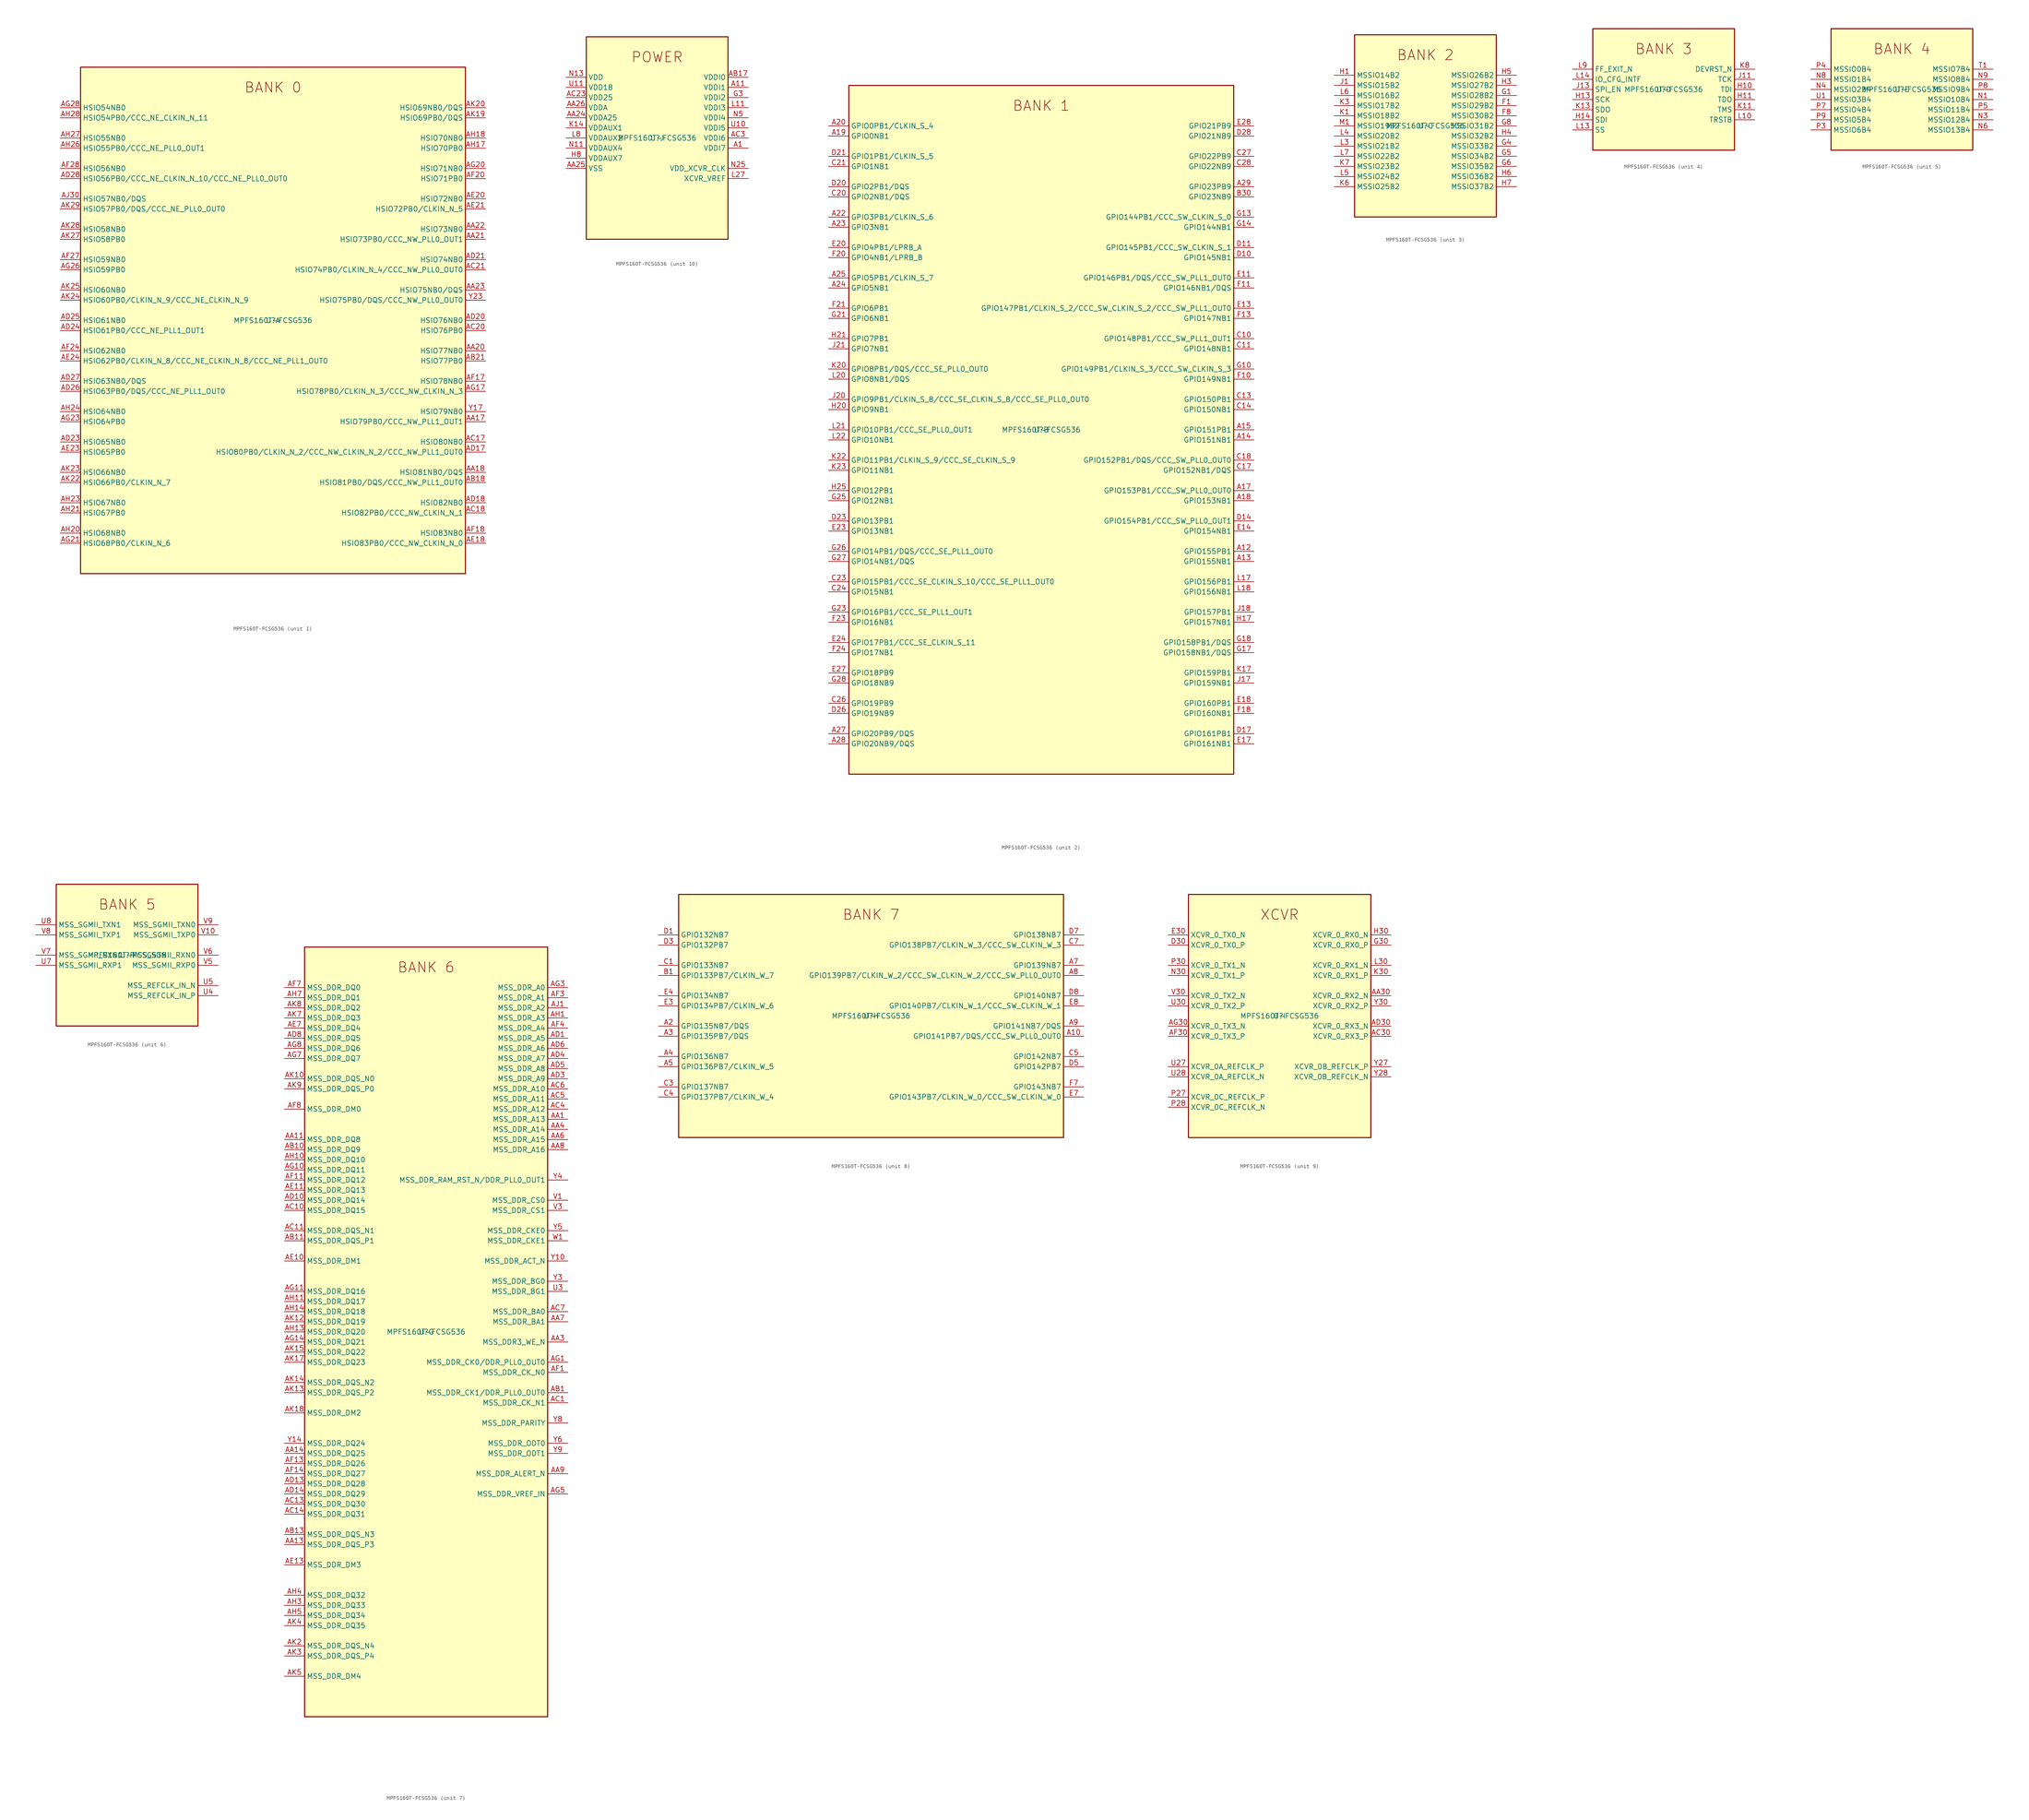
<source format=kicad_sym>
(kicad_symbol_lib
  (version 20211014)
  (generator kicad-library-utils)
  (symbol "MPFS160T-FCSG536"
    (property "Reference" "U"
      (at 0.0 0.0 0.0)
      (effects (font (size 1.27 1.27))))
    (property "Value" "MPFS160T-FCSG536"
      (at 0.0 0.0 0.0)
      (effects (font (size 1.27 1.27))))
    (property "ki_fp_filters" "Package?BGA:FCSG536?16x16mm?Layout30x30?P0.5mm*"
      (at 0.0 0.0 0.0)
      (effects (font (size 1.27 1.27))))
    (symbol "MPFS160T-FCSG536_1_1"
      (text "BANK 0" (at 0.0 58.42 0) (effects (font (size 2.54 2.54))))
      (rectangle (start -48.26 -63.5) (end 48.26 63.5) (stroke (width 0.254)) (fill (type background)))
      (pin bidirectional line (at -53.34 53.34 0) (length 5.08) (name "HSIO54NB0" (effects (font (size 1.27 1.27)))) (number "AG28" (effects (font (size 1.27 1.27)))))
      (pin bidirectional line (at -53.34 50.8 0) (length 5.08) (name "HSIO54PB0/CCC_NE_CLKIN_N_11" (effects (font (size 1.27 1.27)))) (number "AH28" (effects (font (size 1.27 1.27)))))
      (pin bidirectional line (at -53.34 45.72 0) (length 5.08) (name "HSIO55NB0" (effects (font (size 1.27 1.27)))) (number "AH27" (effects (font (size 1.27 1.27)))))
      (pin bidirectional line (at -53.34 43.18 0) (length 5.08) (name "HSIO55PB0/CCC_NE_PLL0_OUT1" (effects (font (size 1.27 1.27)))) (number "AH26" (effects (font (size 1.27 1.27)))))
      (pin bidirectional line (at -53.34 38.1 0) (length 5.08) (name "HSIO56NB0" (effects (font (size 1.27 1.27)))) (number "AF28" (effects (font (size 1.27 1.27)))))
      (pin bidirectional line (at -53.34 35.56 0) (length 5.08) (name "HSIO56PB0/CCC_NE_CLKIN_N_10/CCC_NE_PLL0_OUT0" (effects (font (size 1.27 1.27)))) (number "AD28" (effects (font (size 1.27 1.27)))))
      (pin bidirectional line (at -53.34 30.48 0) (length 5.08) (name "HSIO57NB0/DQS" (effects (font (size 1.27 1.27)))) (number "AJ30" (effects (font (size 1.27 1.27)))))
      (pin bidirectional line (at -53.34 27.94 0) (length 5.08) (name "HSIO57PB0/DQS/CCC_NE_PLL0_OUT0" (effects (font (size 1.27 1.27)))) (number "AK29" (effects (font (size 1.27 1.27)))))
      (pin bidirectional line (at -53.34 22.86 0) (length 5.08) (name "HSIO58NB0" (effects (font (size 1.27 1.27)))) (number "AK28" (effects (font (size 1.27 1.27)))))
      (pin bidirectional line (at -53.34 20.32 0) (length 5.08) (name "HSIO58PB0" (effects (font (size 1.27 1.27)))) (number "AK27" (effects (font (size 1.27 1.27)))))
      (pin bidirectional line (at -53.34 15.24 0) (length 5.08) (name "HSIO59NB0" (effects (font (size 1.27 1.27)))) (number "AF27" (effects (font (size 1.27 1.27)))))
      (pin bidirectional line (at -53.34 12.7 0) (length 5.08) (name "HSIO59PB0" (effects (font (size 1.27 1.27)))) (number "AG26" (effects (font (size 1.27 1.27)))))
      (pin bidirectional line (at -53.34 7.62 0) (length 5.08) (name "HSIO60NB0" (effects (font (size 1.27 1.27)))) (number "AK25" (effects (font (size 1.27 1.27)))))
      (pin bidirectional line (at -53.34 5.08 0) (length 5.08) (name "HSIO60PB0/CLKIN_N_9/CCC_NE_CLKIN_N_9" (effects (font (size 1.27 1.27)))) (number "AK24" (effects (font (size 1.27 1.27)))))
      (pin bidirectional line (at -53.34 0.0 0) (length 5.08) (name "HSIO61NB0" (effects (font (size 1.27 1.27)))) (number "AD25" (effects (font (size 1.27 1.27)))))
      (pin bidirectional line (at -53.34 -2.54 0) (length 5.08) (name "HSIO61PB0/CCC_NE_PLL1_OUT1" (effects (font (size 1.27 1.27)))) (number "AD24" (effects (font (size 1.27 1.27)))))
      (pin bidirectional line (at -53.34 -7.62 0) (length 5.08) (name "HSIO62NB0" (effects (font (size 1.27 1.27)))) (number "AF24" (effects (font (size 1.27 1.27)))))
      (pin bidirectional line (at -53.34 -10.16 0) (length 5.08) (name "HSIO62PB0/CLKIN_N_8/CCC_NE_CLKIN_N_8/CCC_NE_PLL1_OUT0" (effects (font (size 1.27 1.27)))) (number "AE24" (effects (font (size 1.27 1.27)))))
      (pin bidirectional line (at -53.34 -15.24 0) (length 5.08) (name "HSIO63NB0/DQS" (effects (font (size 1.27 1.27)))) (number "AD27" (effects (font (size 1.27 1.27)))))
      (pin bidirectional line (at -53.34 -17.78 0) (length 5.08) (name "HSIO63PB0/DQS/CCC_NE_PLL1_OUT0" (effects (font (size 1.27 1.27)))) (number "AD26" (effects (font (size 1.27 1.27)))))
      (pin bidirectional line (at -53.34 -22.86 0) (length 5.08) (name "HSIO64NB0" (effects (font (size 1.27 1.27)))) (number "AH24" (effects (font (size 1.27 1.27)))))
      (pin bidirectional line (at -53.34 -25.4 0) (length 5.08) (name "HSIO64PB0" (effects (font (size 1.27 1.27)))) (number "AG23" (effects (font (size 1.27 1.27)))))
      (pin bidirectional line (at -53.34 -30.48 0) (length 5.08) (name "HSIO65NB0" (effects (font (size 1.27 1.27)))) (number "AD23" (effects (font (size 1.27 1.27)))))
      (pin bidirectional line (at -53.34 -33.02 0) (length 5.08) (name "HSIO65PB0" (effects (font (size 1.27 1.27)))) (number "AE23" (effects (font (size 1.27 1.27)))))
      (pin bidirectional line (at -53.34 -38.1 0) (length 5.08) (name "HSIO66NB0" (effects (font (size 1.27 1.27)))) (number "AK23" (effects (font (size 1.27 1.27)))))
      (pin bidirectional line (at -53.34 -40.64 0) (length 5.08) (name "HSIO66PB0/CLKIN_N_7" (effects (font (size 1.27 1.27)))) (number "AK22" (effects (font (size 1.27 1.27)))))
      (pin bidirectional line (at -53.34 -45.72 0) (length 5.08) (name "HSIO67NB0" (effects (font (size 1.27 1.27)))) (number "AH23" (effects (font (size 1.27 1.27)))))
      (pin bidirectional line (at -53.34 -48.26 0) (length 5.08) (name "HSIO67PB0" (effects (font (size 1.27 1.27)))) (number "AH21" (effects (font (size 1.27 1.27)))))
      (pin bidirectional line (at -53.34 -53.34 0) (length 5.08) (name "HSIO68NB0" (effects (font (size 1.27 1.27)))) (number "AH20" (effects (font (size 1.27 1.27)))))
      (pin bidirectional line (at -53.34 -55.88 0) (length 5.08) (name "HSIO68PB0/CLKIN_N_6" (effects (font (size 1.27 1.27)))) (number "AG21" (effects (font (size 1.27 1.27)))))
      (pin bidirectional line (at 53.34 53.34 180) (length 5.08) (name "HSIO69NB0/DQS" (effects (font (size 1.27 1.27)))) (number "AK20" (effects (font (size 1.27 1.27)))))
      (pin bidirectional line (at 53.34 50.8 180) (length 5.08) (name "HSIO69PB0/DQS" (effects (font (size 1.27 1.27)))) (number "AK19" (effects (font (size 1.27 1.27)))))
      (pin bidirectional line (at 53.34 45.72 180) (length 5.08) (name "HSIO70NB0" (effects (font (size 1.27 1.27)))) (number "AH18" (effects (font (size 1.27 1.27)))))
      (pin bidirectional line (at 53.34 43.18 180) (length 5.08) (name "HSIO70PB0" (effects (font (size 1.27 1.27)))) (number "AH17" (effects (font (size 1.27 1.27)))))
      (pin bidirectional line (at 53.34 38.1 180) (length 5.08) (name "HSIO71NB0" (effects (font (size 1.27 1.27)))) (number "AG20" (effects (font (size 1.27 1.27)))))
      (pin bidirectional line (at 53.34 35.56 180) (length 5.08) (name "HSIO71PB0" (effects (font (size 1.27 1.27)))) (number "AF20" (effects (font (size 1.27 1.27)))))
      (pin bidirectional line (at 53.34 30.48 180) (length 5.08) (name "HSIO72NB0" (effects (font (size 1.27 1.27)))) (number "AE20" (effects (font (size 1.27 1.27)))))
      (pin bidirectional line (at 53.34 27.94 180) (length 5.08) (name "HSIO72PB0/CLKIN_N_5" (effects (font (size 1.27 1.27)))) (number "AE21" (effects (font (size 1.27 1.27)))))
      (pin bidirectional line (at 53.34 22.86 180) (length 5.08) (name "HSIO73NB0" (effects (font (size 1.27 1.27)))) (number "AA22" (effects (font (size 1.27 1.27)))))
      (pin bidirectional line (at 53.34 20.32 180) (length 5.08) (name "HSIO73PB0/CCC_NW_PLL0_OUT1" (effects (font (size 1.27 1.27)))) (number "AA21" (effects (font (size 1.27 1.27)))))
      (pin bidirectional line (at 53.34 15.24 180) (length 5.08) (name "HSIO74NB0" (effects (font (size 1.27 1.27)))) (number "AD21" (effects (font (size 1.27 1.27)))))
      (pin bidirectional line (at 53.34 12.7 180) (length 5.08) (name "HSIO74PB0/CLKIN_N_4/CCC_NW_PLL0_OUT0" (effects (font (size 1.27 1.27)))) (number "AC21" (effects (font (size 1.27 1.27)))))
      (pin bidirectional line (at 53.34 7.62 180) (length 5.08) (name "HSIO75NB0/DQS" (effects (font (size 1.27 1.27)))) (number "AA23" (effects (font (size 1.27 1.27)))))
      (pin bidirectional line (at 53.34 5.08 180) (length 5.08) (name "HSIO75PB0/DQS/CCC_NW_PLL0_OUT0" (effects (font (size 1.27 1.27)))) (number "Y23" (effects (font (size 1.27 1.27)))))
      (pin bidirectional line (at 53.34 0.0 180) (length 5.08) (name "HSIO76NB0" (effects (font (size 1.27 1.27)))) (number "AD20" (effects (font (size 1.27 1.27)))))
      (pin bidirectional line (at 53.34 -2.54 180) (length 5.08) (name "HSIO76PB0" (effects (font (size 1.27 1.27)))) (number "AC20" (effects (font (size 1.27 1.27)))))
      (pin bidirectional line (at 53.34 -7.62 180) (length 5.08) (name "HSIO77NB0" (effects (font (size 1.27 1.27)))) (number "AA20" (effects (font (size 1.27 1.27)))))
      (pin bidirectional line (at 53.34 -10.16 180) (length 5.08) (name "HSIO77PB0" (effects (font (size 1.27 1.27)))) (number "AB21" (effects (font (size 1.27 1.27)))))
      (pin bidirectional line (at 53.34 -15.24 180) (length 5.08) (name "HSIO78NB0" (effects (font (size 1.27 1.27)))) (number "AF17" (effects (font (size 1.27 1.27)))))
      (pin bidirectional line (at 53.34 -17.78 180) (length 5.08) (name "HSIO78PB0/CLKIN_N_3/CCC_NW_CLKIN_N_3" (effects (font (size 1.27 1.27)))) (number "AG17" (effects (font (size 1.27 1.27)))))
      (pin bidirectional line (at 53.34 -22.86 180) (length 5.08) (name "HSIO79NB0" (effects (font (size 1.27 1.27)))) (number "Y17" (effects (font (size 1.27 1.27)))))
      (pin bidirectional line (at 53.34 -25.4 180) (length 5.08) (name "HSIO79PB0/CCC_NW_PLL1_OUT1" (effects (font (size 1.27 1.27)))) (number "AA17" (effects (font (size 1.27 1.27)))))
      (pin bidirectional line (at 53.34 -30.48 180) (length 5.08) (name "HSIO80NB0" (effects (font (size 1.27 1.27)))) (number "AC17" (effects (font (size 1.27 1.27)))))
      (pin bidirectional line (at 53.34 -33.02 180) (length 5.08) (name "HSIO80PB0/CLKIN_N_2/CCC_NW_CLKIN_N_2/CCC_NW_PLL1_OUT0" (effects (font (size 1.27 1.27)))) (number "AD17" (effects (font (size 1.27 1.27)))))
      (pin bidirectional line (at 53.34 -38.1 180) (length 5.08) (name "HSIO81NB0/DQS" (effects (font (size 1.27 1.27)))) (number "AA18" (effects (font (size 1.27 1.27)))))
      (pin bidirectional line (at 53.34 -40.64 180) (length 5.08) (name "HSIO81PB0/DQS/CCC_NW_PLL1_OUT0" (effects (font (size 1.27 1.27)))) (number "AB18" (effects (font (size 1.27 1.27)))))
      (pin bidirectional line (at 53.34 -45.72 180) (length 5.08) (name "HSIO82NB0" (effects (font (size 1.27 1.27)))) (number "AD18" (effects (font (size 1.27 1.27)))))
      (pin bidirectional line (at 53.34 -48.26 180) (length 5.08) (name "HSIO82PB0/CCC_NW_CLKIN_N_1" (effects (font (size 1.27 1.27)))) (number "AC18" (effects (font (size 1.27 1.27)))))
      (pin bidirectional line (at 53.34 -53.34 180) (length 5.08) (name "HSIO83NB0" (effects (font (size 1.27 1.27)))) (number "AF18" (effects (font (size 1.27 1.27)))))
      (pin bidirectional line (at 53.34 -55.88 180) (length 5.08) (name "HSIO83PB0/CCC_NW_CLKIN_N_0" (effects (font (size 1.27 1.27)))) (number "AE18" (effects (font (size 1.27 1.27))))))
    (symbol "MPFS160T-FCSG536_2_1"
      (text "BANK 1" (at 0.0 81.28 0) (effects (font (size 2.54 2.54))))
      (rectangle (start -48.26 -86.36) (end 48.26 86.36) (stroke (width 0.254)) (fill (type background)))
      (pin bidirectional line (at -53.34 76.2 0) (length 5.08) (name "GPIO0PB1/CLKIN_S_4" (effects (font (size 1.27 1.27)))) (number "A20" (effects (font (size 1.27 1.27)))))
      (pin bidirectional line (at -53.34 73.66 0) (length 5.08) (name "GPIO0NB1" (effects (font (size 1.27 1.27)))) (number "A19" (effects (font (size 1.27 1.27)))))
      (pin bidirectional line (at -53.34 68.58 0) (length 5.08) (name "GPIO1PB1/CLKIN_S_5" (effects (font (size 1.27 1.27)))) (number "D21" (effects (font (size 1.27 1.27)))))
      (pin bidirectional line (at -53.34 66.04 0) (length 5.08) (name "GPIO1NB1" (effects (font (size 1.27 1.27)))) (number "C21" (effects (font (size 1.27 1.27)))))
      (pin bidirectional line (at -53.34 60.96 0) (length 5.08) (name "GPIO2PB1/DQS" (effects (font (size 1.27 1.27)))) (number "D20" (effects (font (size 1.27 1.27)))))
      (pin bidirectional line (at -53.34 58.42 0) (length 5.08) (name "GPIO2NB1/DQS" (effects (font (size 1.27 1.27)))) (number "C20" (effects (font (size 1.27 1.27)))))
      (pin bidirectional line (at -53.34 53.34 0) (length 5.08) (name "GPIO3PB1/CLKIN_S_6" (effects (font (size 1.27 1.27)))) (number "A22" (effects (font (size 1.27 1.27)))))
      (pin bidirectional line (at -53.34 50.8 0) (length 5.08) (name "GPIO3NB1" (effects (font (size 1.27 1.27)))) (number "A23" (effects (font (size 1.27 1.27)))))
      (pin bidirectional line (at -53.34 45.72 0) (length 5.08) (name "GPIO4PB1/LPRB_A" (effects (font (size 1.27 1.27)))) (number "E20" (effects (font (size 1.27 1.27)))))
      (pin bidirectional line (at -53.34 43.18 0) (length 5.08) (name "GPIO4NB1/LPRB_B" (effects (font (size 1.27 1.27)))) (number "F20" (effects (font (size 1.27 1.27)))))
      (pin bidirectional line (at -53.34 38.1 0) (length 5.08) (name "GPIO5PB1/CLKIN_S_7" (effects (font (size 1.27 1.27)))) (number "A25" (effects (font (size 1.27 1.27)))))
      (pin bidirectional line (at -53.34 35.56 0) (length 5.08) (name "GPIO5NB1" (effects (font (size 1.27 1.27)))) (number "A24" (effects (font (size 1.27 1.27)))))
      (pin bidirectional line (at -53.34 30.48 0) (length 5.08) (name "GPIO6PB1" (effects (font (size 1.27 1.27)))) (number "F21" (effects (font (size 1.27 1.27)))))
      (pin bidirectional line (at -53.34 27.94 0) (length 5.08) (name "GPIO6NB1" (effects (font (size 1.27 1.27)))) (number "G21" (effects (font (size 1.27 1.27)))))
      (pin bidirectional line (at -53.34 22.86 0) (length 5.08) (name "GPIO7PB1" (effects (font (size 1.27 1.27)))) (number "H21" (effects (font (size 1.27 1.27)))))
      (pin bidirectional line (at -53.34 20.32 0) (length 5.08) (name "GPIO7NB1" (effects (font (size 1.27 1.27)))) (number "J21" (effects (font (size 1.27 1.27)))))
      (pin bidirectional line (at -53.34 15.24 0) (length 5.08) (name "GPIO8PB1/DQS/CCC_SE_PLL0_OUT0" (effects (font (size 1.27 1.27)))) (number "K20" (effects (font (size 1.27 1.27)))))
      (pin bidirectional line (at -53.34 12.7 0) (length 5.08) (name "GPIO8NB1/DQS" (effects (font (size 1.27 1.27)))) (number "L20" (effects (font (size 1.27 1.27)))))
      (pin bidirectional line (at -53.34 7.62 0) (length 5.08) (name "GPIO9PB1/CLKIN_S_8/CCC_SE_CLKIN_S_8/CCC_SE_PLL0_OUT0" (effects (font (size 1.27 1.27)))) (number "J20" (effects (font (size 1.27 1.27)))))
      (pin bidirectional line (at -53.34 5.08 0) (length 5.08) (name "GPIO9NB1" (effects (font (size 1.27 1.27)))) (number "H20" (effects (font (size 1.27 1.27)))))
      (pin bidirectional line (at -53.34 0.0 0) (length 5.08) (name "GPIO10PB1/CCC_SE_PLL0_OUT1" (effects (font (size 1.27 1.27)))) (number "L21" (effects (font (size 1.27 1.27)))))
      (pin bidirectional line (at -53.34 -2.54 0) (length 5.08) (name "GPIO10NB1" (effects (font (size 1.27 1.27)))) (number "L22" (effects (font (size 1.27 1.27)))))
      (pin bidirectional line (at -53.34 -7.62 0) (length 5.08) (name "GPIO11PB1/CLKIN_S_9/CCC_SE_CLKIN_S_9" (effects (font (size 1.27 1.27)))) (number "K22" (effects (font (size 1.27 1.27)))))
      (pin bidirectional line (at -53.34 -10.16 0) (length 5.08) (name "GPIO11NB1" (effects (font (size 1.27 1.27)))) (number "K23" (effects (font (size 1.27 1.27)))))
      (pin bidirectional line (at -53.34 -15.24 0) (length 5.08) (name "GPIO12PB1" (effects (font (size 1.27 1.27)))) (number "H25" (effects (font (size 1.27 1.27)))))
      (pin bidirectional line (at -53.34 -17.78 0) (length 5.08) (name "GPIO12NB1" (effects (font (size 1.27 1.27)))) (number "G25" (effects (font (size 1.27 1.27)))))
      (pin bidirectional line (at -53.34 -22.86 0) (length 5.08) (name "GPIO13PB1" (effects (font (size 1.27 1.27)))) (number "D23" (effects (font (size 1.27 1.27)))))
      (pin bidirectional line (at -53.34 -25.4 0) (length 5.08) (name "GPIO13NB1" (effects (font (size 1.27 1.27)))) (number "E23" (effects (font (size 1.27 1.27)))))
      (pin bidirectional line (at -53.34 -30.48 0) (length 5.08) (name "GPIO14PB1/DQS/CCC_SE_PLL1_OUT0" (effects (font (size 1.27 1.27)))) (number "G26" (effects (font (size 1.27 1.27)))))
      (pin bidirectional line (at -53.34 -33.02 0) (length 5.08) (name "GPIO14NB1/DQS" (effects (font (size 1.27 1.27)))) (number "G27" (effects (font (size 1.27 1.27)))))
      (pin bidirectional line (at -53.34 -38.1 0) (length 5.08) (name "GPIO15PB1/CCC_SE_CLKIN_S_10/CCC_SE_PLL1_OUT0" (effects (font (size 1.27 1.27)))) (number "C23" (effects (font (size 1.27 1.27)))))
      (pin bidirectional line (at -53.34 -40.64 0) (length 5.08) (name "GPIO15NB1" (effects (font (size 1.27 1.27)))) (number "C24" (effects (font (size 1.27 1.27)))))
      (pin bidirectional line (at -53.34 -45.72 0) (length 5.08) (name "GPIO16PB1/CCC_SE_PLL1_OUT1" (effects (font (size 1.27 1.27)))) (number "G23" (effects (font (size 1.27 1.27)))))
      (pin bidirectional line (at -53.34 -48.26 0) (length 5.08) (name "GPIO16NB1" (effects (font (size 1.27 1.27)))) (number "F23" (effects (font (size 1.27 1.27)))))
      (pin bidirectional line (at -53.34 -53.34 0) (length 5.08) (name "GPIO17PB1/CCC_SE_CLKIN_S_11" (effects (font (size 1.27 1.27)))) (number "E24" (effects (font (size 1.27 1.27)))))
      (pin bidirectional line (at -53.34 -55.88 0) (length 5.08) (name "GPIO17NB1" (effects (font (size 1.27 1.27)))) (number "F24" (effects (font (size 1.27 1.27)))))
      (pin bidirectional line (at -53.34 -60.96 0) (length 5.08) (name "GPIO18PB9" (effects (font (size 1.27 1.27)))) (number "E27" (effects (font (size 1.27 1.27)))))
      (pin bidirectional line (at -53.34 -63.5 0) (length 5.08) (name "GPIO18NB9" (effects (font (size 1.27 1.27)))) (number "G28" (effects (font (size 1.27 1.27)))))
      (pin bidirectional line (at -53.34 -68.58 0) (length 5.08) (name "GPIO19PB9" (effects (font (size 1.27 1.27)))) (number "C26" (effects (font (size 1.27 1.27)))))
      (pin bidirectional line (at -53.34 -71.12 0) (length 5.08) (name "GPIO19NB9" (effects (font (size 1.27 1.27)))) (number "D26" (effects (font (size 1.27 1.27)))))
      (pin bidirectional line (at -53.34 -76.2 0) (length 5.08) (name "GPIO20PB9/DQS" (effects (font (size 1.27 1.27)))) (number "A27" (effects (font (size 1.27 1.27)))))
      (pin bidirectional line (at -53.34 -78.74 0) (length 5.08) (name "GPIO20NB9/DQS" (effects (font (size 1.27 1.27)))) (number "A28" (effects (font (size 1.27 1.27)))))
      (pin bidirectional line (at 53.34 76.2 180) (length 5.08) (name "GPIO21PB9" (effects (font (size 1.27 1.27)))) (number "E28" (effects (font (size 1.27 1.27)))))
      (pin bidirectional line (at 53.34 73.66 180) (length 5.08) (name "GPIO21NB9" (effects (font (size 1.27 1.27)))) (number "D28" (effects (font (size 1.27 1.27)))))
      (pin bidirectional line (at 53.34 68.58 180) (length 5.08) (name "GPIO22PB9" (effects (font (size 1.27 1.27)))) (number "C27" (effects (font (size 1.27 1.27)))))
      (pin bidirectional line (at 53.34 66.04 180) (length 5.08) (name "GPIO22NB9" (effects (font (size 1.27 1.27)))) (number "C28" (effects (font (size 1.27 1.27)))))
      (pin bidirectional line (at 53.34 60.96 180) (length 5.08) (name "GPIO23PB9" (effects (font (size 1.27 1.27)))) (number "A29" (effects (font (size 1.27 1.27)))))
      (pin bidirectional line (at 53.34 58.42 180) (length 5.08) (name "GPIO23NB9" (effects (font (size 1.27 1.27)))) (number "B30" (effects (font (size 1.27 1.27)))))
      (pin bidirectional line (at 53.34 53.34 180) (length 5.08) (name "GPIO144PB1/CCC_SW_CLKIN_S_0" (effects (font (size 1.27 1.27)))) (number "G13" (effects (font (size 1.27 1.27)))))
      (pin bidirectional line (at 53.34 50.8 180) (length 5.08) (name "GPIO144NB1" (effects (font (size 1.27 1.27)))) (number "G14" (effects (font (size 1.27 1.27)))))
      (pin bidirectional line (at 53.34 45.72 180) (length 5.08) (name "GPIO145PB1/CCC_SW_CLKIN_S_1" (effects (font (size 1.27 1.27)))) (number "D11" (effects (font (size 1.27 1.27)))))
      (pin bidirectional line (at 53.34 43.18 180) (length 5.08) (name "GPIO145NB1" (effects (font (size 1.27 1.27)))) (number "D10" (effects (font (size 1.27 1.27)))))
      (pin bidirectional line (at 53.34 38.1 180) (length 5.08) (name "GPIO146PB1/DQS/CCC_SW_PLL1_OUT0" (effects (font (size 1.27 1.27)))) (number "E11" (effects (font (size 1.27 1.27)))))
      (pin bidirectional line (at 53.34 35.56 180) (length 5.08) (name "GPIO146NB1/DQS" (effects (font (size 1.27 1.27)))) (number "F11" (effects (font (size 1.27 1.27)))))
      (pin bidirectional line (at 53.34 30.48 180) (length 5.08) (name "GPIO147PB1/CLKIN_S_2/CCC_SW_CLKIN_S_2/CCC_SW_PLL1_OUT0" (effects (font (size 1.27 1.27)))) (number "E13" (effects (font (size 1.27 1.27)))))
      (pin bidirectional line (at 53.34 27.94 180) (length 5.08) (name "GPIO147NB1" (effects (font (size 1.27 1.27)))) (number "F13" (effects (font (size 1.27 1.27)))))
      (pin bidirectional line (at 53.34 22.86 180) (length 5.08) (name "GPIO148PB1/CCC_SW_PLL1_OUT1" (effects (font (size 1.27 1.27)))) (number "C10" (effects (font (size 1.27 1.27)))))
      (pin bidirectional line (at 53.34 20.32 180) (length 5.08) (name "GPIO148NB1" (effects (font (size 1.27 1.27)))) (number "C11" (effects (font (size 1.27 1.27)))))
      (pin bidirectional line (at 53.34 15.24 180) (length 5.08) (name "GPIO149PB1/CLKIN_S_3/CCC_SW_CLKIN_S_3" (effects (font (size 1.27 1.27)))) (number "G10" (effects (font (size 1.27 1.27)))))
      (pin bidirectional line (at 53.34 12.7 180) (length 5.08) (name "GPIO149NB1" (effects (font (size 1.27 1.27)))) (number "F10" (effects (font (size 1.27 1.27)))))
      (pin bidirectional line (at 53.34 7.62 180) (length 5.08) (name "GPIO150PB1" (effects (font (size 1.27 1.27)))) (number "C13" (effects (font (size 1.27 1.27)))))
      (pin bidirectional line (at 53.34 5.08 180) (length 5.08) (name "GPIO150NB1" (effects (font (size 1.27 1.27)))) (number "C14" (effects (font (size 1.27 1.27)))))
      (pin bidirectional line (at 53.34 0.0 180) (length 5.08) (name "GPIO151PB1" (effects (font (size 1.27 1.27)))) (number "A15" (effects (font (size 1.27 1.27)))))
      (pin bidirectional line (at 53.34 -2.54 180) (length 5.08) (name "GPIO151NB1" (effects (font (size 1.27 1.27)))) (number "A14" (effects (font (size 1.27 1.27)))))
      (pin bidirectional line (at 53.34 -7.62 180) (length 5.08) (name "GPIO152PB1/DQS/CCC_SW_PLL0_OUT0" (effects (font (size 1.27 1.27)))) (number "C18" (effects (font (size 1.27 1.27)))))
      (pin bidirectional line (at 53.34 -10.16 180) (length 5.08) (name "GPIO152NB1/DQS" (effects (font (size 1.27 1.27)))) (number "C17" (effects (font (size 1.27 1.27)))))
      (pin bidirectional line (at 53.34 -15.24 180) (length 5.08) (name "GPIO153PB1/CCC_SW_PLL0_OUT0" (effects (font (size 1.27 1.27)))) (number "A17" (effects (font (size 1.27 1.27)))))
      (pin bidirectional line (at 53.34 -17.78 180) (length 5.08) (name "GPIO153NB1" (effects (font (size 1.27 1.27)))) (number "A18" (effects (font (size 1.27 1.27)))))
      (pin bidirectional line (at 53.34 -22.86 180) (length 5.08) (name "GPIO154PB1/CCC_SW_PLL0_OUT1" (effects (font (size 1.27 1.27)))) (number "D14" (effects (font (size 1.27 1.27)))))
      (pin bidirectional line (at 53.34 -25.4 180) (length 5.08) (name "GPIO154NB1" (effects (font (size 1.27 1.27)))) (number "E14" (effects (font (size 1.27 1.27)))))
      (pin bidirectional line (at 53.34 -30.48 180) (length 5.08) (name "GPIO155PB1" (effects (font (size 1.27 1.27)))) (number "A12" (effects (font (size 1.27 1.27)))))
      (pin bidirectional line (at 53.34 -33.02 180) (length 5.08) (name "GPIO155NB1" (effects (font (size 1.27 1.27)))) (number "A13" (effects (font (size 1.27 1.27)))))
      (pin bidirectional line (at 53.34 -38.1 180) (length 5.08) (name "GPIO156PB1" (effects (font (size 1.27 1.27)))) (number "L17" (effects (font (size 1.27 1.27)))))
      (pin bidirectional line (at 53.34 -40.64 180) (length 5.08) (name "GPIO156NB1" (effects (font (size 1.27 1.27)))) (number "L18" (effects (font (size 1.27 1.27)))))
      (pin bidirectional line (at 53.34 -45.72 180) (length 5.08) (name "GPIO157PB1" (effects (font (size 1.27 1.27)))) (number "J18" (effects (font (size 1.27 1.27)))))
      (pin bidirectional line (at 53.34 -48.26 180) (length 5.08) (name "GPIO157NB1" (effects (font (size 1.27 1.27)))) (number "H17" (effects (font (size 1.27 1.27)))))
      (pin bidirectional line (at 53.34 -53.34 180) (length 5.08) (name "GPIO158PB1/DQS" (effects (font (size 1.27 1.27)))) (number "G18" (effects (font (size 1.27 1.27)))))
      (pin bidirectional line (at 53.34 -55.88 180) (length 5.08) (name "GPIO158NB1/DQS" (effects (font (size 1.27 1.27)))) (number "G17" (effects (font (size 1.27 1.27)))))
      (pin bidirectional line (at 53.34 -60.96 180) (length 5.08) (name "GPIO159PB1" (effects (font (size 1.27 1.27)))) (number "K17" (effects (font (size 1.27 1.27)))))
      (pin bidirectional line (at 53.34 -63.5 180) (length 5.08) (name "GPIO159NB1" (effects (font (size 1.27 1.27)))) (number "J17" (effects (font (size 1.27 1.27)))))
      (pin bidirectional line (at 53.34 -68.58 180) (length 5.08) (name "GPIO160PB1" (effects (font (size 1.27 1.27)))) (number "E18" (effects (font (size 1.27 1.27)))))
      (pin bidirectional line (at 53.34 -71.12 180) (length 5.08) (name "GPIO160NB1" (effects (font (size 1.27 1.27)))) (number "F18" (effects (font (size 1.27 1.27)))))
      (pin bidirectional line (at 53.34 -76.2 180) (length 5.08) (name "GPIO161PB1" (effects (font (size 1.27 1.27)))) (number "D17" (effects (font (size 1.27 1.27)))))
      (pin bidirectional line (at 53.34 -78.74 180) (length 5.08) (name "GPIO161NB1" (effects (font (size 1.27 1.27)))) (number "E17" (effects (font (size 1.27 1.27))))))
    (symbol "MPFS160T-FCSG536_3_1"
      (text "BANK 2" (at 0.0 17.78 0) (effects (font (size 2.54 2.54))))
      (rectangle (start -17.78 -22.86) (end 17.78 22.86) (stroke (width 0.254)) (fill (type background)))
      (pin bidirectional line (at -22.86 12.7 0) (length 5.08) (name "MSSIO14B2" (effects (font (size 1.27 1.27)))) (number "H1" (effects (font (size 1.27 1.27)))))
      (pin bidirectional line (at -22.86 10.16 0) (length 5.08) (name "MSSIO15B2" (effects (font (size 1.27 1.27)))) (number "J1" (effects (font (size 1.27 1.27)))))
      (pin bidirectional line (at -22.86 7.62 0) (length 5.08) (name "MSSIO16B2" (effects (font (size 1.27 1.27)))) (number "L6" (effects (font (size 1.27 1.27)))))
      (pin bidirectional line (at -22.86 5.08 0) (length 5.08) (name "MSSIO17B2" (effects (font (size 1.27 1.27)))) (number "K3" (effects (font (size 1.27 1.27)))))
      (pin bidirectional line (at -22.86 2.54 0) (length 5.08) (name "MSSIO18B2" (effects (font (size 1.27 1.27)))) (number "K1" (effects (font (size 1.27 1.27)))))
      (pin bidirectional line (at -22.86 0.0 0) (length 5.08) (name "MSSIO19B2" (effects (font (size 1.27 1.27)))) (number "M1" (effects (font (size 1.27 1.27)))))
      (pin bidirectional line (at -22.86 -2.54 0) (length 5.08) (name "MSSIO20B2" (effects (font (size 1.27 1.27)))) (number "L4" (effects (font (size 1.27 1.27)))))
      (pin bidirectional line (at -22.86 -5.08 0) (length 5.08) (name "MSSIO21B2" (effects (font (size 1.27 1.27)))) (number "L3" (effects (font (size 1.27 1.27)))))
      (pin bidirectional line (at -22.86 -7.62 0) (length 5.08) (name "MSSIO22B2" (effects (font (size 1.27 1.27)))) (number "L7" (effects (font (size 1.27 1.27)))))
      (pin bidirectional line (at -22.86 -10.16 0) (length 5.08) (name "MSSIO23B2" (effects (font (size 1.27 1.27)))) (number "K7" (effects (font (size 1.27 1.27)))))
      (pin bidirectional line (at -22.86 -12.7 0) (length 5.08) (name "MSSIO24B2" (effects (font (size 1.27 1.27)))) (number "L5" (effects (font (size 1.27 1.27)))))
      (pin bidirectional line (at -22.86 -15.24 0) (length 5.08) (name "MSSIO25B2" (effects (font (size 1.27 1.27)))) (number "K6" (effects (font (size 1.27 1.27)))))
      (pin bidirectional line (at 22.86 12.7 180) (length 5.08) (name "MSSIO26B2" (effects (font (size 1.27 1.27)))) (number "H5" (effects (font (size 1.27 1.27)))))
      (pin bidirectional line (at 22.86 10.16 180) (length 5.08) (name "MSSIO27B2" (effects (font (size 1.27 1.27)))) (number "H3" (effects (font (size 1.27 1.27)))))
      (pin bidirectional line (at 22.86 7.62 180) (length 5.08) (name "MSSIO28B2" (effects (font (size 1.27 1.27)))) (number "G1" (effects (font (size 1.27 1.27)))))
      (pin bidirectional line (at 22.86 5.08 180) (length 5.08) (name "MSSIO29B2" (effects (font (size 1.27 1.27)))) (number "F1" (effects (font (size 1.27 1.27)))))
      (pin bidirectional line (at 22.86 2.54 180) (length 5.08) (name "MSSIO30B2" (effects (font (size 1.27 1.27)))) (number "F8" (effects (font (size 1.27 1.27)))))
      (pin bidirectional line (at 22.86 0.0 180) (length 5.08) (name "MSSIO31B2" (effects (font (size 1.27 1.27)))) (number "G8" (effects (font (size 1.27 1.27)))))
      (pin bidirectional line (at 22.86 -2.54 180) (length 5.08) (name "MSSIO32B2" (effects (font (size 1.27 1.27)))) (number "H4" (effects (font (size 1.27 1.27)))))
      (pin bidirectional line (at 22.86 -5.08 180) (length 5.08) (name "MSSIO33B2" (effects (font (size 1.27 1.27)))) (number "G4" (effects (font (size 1.27 1.27)))))
      (pin bidirectional line (at 22.86 -7.62 180) (length 5.08) (name "MSSIO34B2" (effects (font (size 1.27 1.27)))) (number "G5" (effects (font (size 1.27 1.27)))))
      (pin bidirectional line (at 22.86 -10.16 180) (length 5.08) (name "MSSIO35B2" (effects (font (size 1.27 1.27)))) (number "G6" (effects (font (size 1.27 1.27)))))
      (pin bidirectional line (at 22.86 -12.7 180) (length 5.08) (name "MSSIO36B2" (effects (font (size 1.27 1.27)))) (number "H6" (effects (font (size 1.27 1.27)))))
      (pin bidirectional line (at 22.86 -15.24 180) (length 5.08) (name "MSSIO37B2" (effects (font (size 1.27 1.27)))) (number "H7" (effects (font (size 1.27 1.27))))))
    (symbol "MPFS160T-FCSG536_4_1"
      (text "BANK 3" (at 0.0 10.16 0) (effects (font (size 2.54 2.54))))
      (rectangle (start -17.78 -15.24) (end 17.78 15.24) (stroke (width 0.254)) (fill (type background)))
      (pin input line (at -22.86 5.08 0) (length 5.08) (name "FF_EXIT_N" (effects (font (size 1.27 1.27)))) (number "L9" (effects (font (size 1.27 1.27)))))
      (pin input line (at -22.86 2.54 0) (length 5.08) (name "IO_CFG_INTF" (effects (font (size 1.27 1.27)))) (number "L14" (effects (font (size 1.27 1.27)))))
      (pin input line (at -22.86 0.0 0) (length 5.08) (name "SPI_EN" (effects (font (size 1.27 1.27)))) (number "J13" (effects (font (size 1.27 1.27)))))
      (pin bidirectional line (at -22.86 -2.54 0) (length 5.08) (name "SCK" (effects (font (size 1.27 1.27)))) (number "H13" (effects (font (size 1.27 1.27)))))
      (pin output line (at -22.86 -5.08 0) (length 5.08) (name "SDO" (effects (font (size 1.27 1.27)))) (number "K13" (effects (font (size 1.27 1.27)))))
      (pin input line (at -22.86 -7.62 0) (length 5.08) (name "SDI" (effects (font (size 1.27 1.27)))) (number "H14" (effects (font (size 1.27 1.27)))))
      (pin bidirectional line (at -22.86 -10.16 0) (length 5.08) (name "SS" (effects (font (size 1.27 1.27)))) (number "L13" (effects (font (size 1.27 1.27)))))
      (pin input line (at 22.86 5.08 180) (length 5.08) (name "DEVRST_N" (effects (font (size 1.27 1.27)))) (number "K8" (effects (font (size 1.27 1.27)))))
      (pin input line (at 22.86 2.54 180) (length 5.08) (name "TCK" (effects (font (size 1.27 1.27)))) (number "J11" (effects (font (size 1.27 1.27)))))
      (pin input line (at 22.86 0.0 180) (length 5.08) (name "TDI" (effects (font (size 1.27 1.27)))) (number "H10" (effects (font (size 1.27 1.27)))))
      (pin output line (at 22.86 -2.54 180) (length 5.08) (name "TDO" (effects (font (size 1.27 1.27)))) (number "H11" (effects (font (size 1.27 1.27)))))
      (pin input line (at 22.86 -5.08 180) (length 5.08) (name "TMS" (effects (font (size 1.27 1.27)))) (number "K11" (effects (font (size 1.27 1.27)))))
      (pin input line (at 22.86 -7.62 180) (length 5.08) (name "TRSTB" (effects (font (size 1.27 1.27)))) (number "L10" (effects (font (size 1.27 1.27))))))
    (symbol "MPFS160T-FCSG536_5_1"
      (text "BANK 4" (at 0.0 10.16 0) (effects (font (size 2.54 2.54))))
      (rectangle (start -17.78 -15.24) (end 17.78 15.24) (stroke (width 0.254)) (fill (type background)))
      (pin bidirectional line (at -22.86 5.08 0) (length 5.08) (name "MSSIO0B4" (effects (font (size 1.27 1.27)))) (number "P4" (effects (font (size 1.27 1.27)))))
      (pin bidirectional line (at -22.86 2.54 0) (length 5.08) (name "MSSIO1B4" (effects (font (size 1.27 1.27)))) (number "N8" (effects (font (size 1.27 1.27)))))
      (pin bidirectional line (at -22.86 0.0 0) (length 5.08) (name "MSSIO2B4" (effects (font (size 1.27 1.27)))) (number "N4" (effects (font (size 1.27 1.27)))))
      (pin bidirectional line (at -22.86 -2.54 0) (length 5.08) (name "MSSIO3B4" (effects (font (size 1.27 1.27)))) (number "U1" (effects (font (size 1.27 1.27)))))
      (pin bidirectional line (at -22.86 -5.08 0) (length 5.08) (name "MSSIO4B4" (effects (font (size 1.27 1.27)))) (number "P7" (effects (font (size 1.27 1.27)))))
      (pin bidirectional line (at -22.86 -7.62 0) (length 5.08) (name "MSSIO5B4" (effects (font (size 1.27 1.27)))) (number "P9" (effects (font (size 1.27 1.27)))))
      (pin bidirectional line (at -22.86 -10.16 0) (length 5.08) (name "MSSIO6B4" (effects (font (size 1.27 1.27)))) (number "P3" (effects (font (size 1.27 1.27)))))
      (pin bidirectional line (at 22.86 5.08 180) (length 5.08) (name "MSSIO7B4" (effects (font (size 1.27 1.27)))) (number "T1" (effects (font (size 1.27 1.27)))))
      (pin bidirectional line (at 22.86 2.54 180) (length 5.08) (name "MSSIO8B4" (effects (font (size 1.27 1.27)))) (number "N9" (effects (font (size 1.27 1.27)))))
      (pin bidirectional line (at 22.86 0.0 180) (length 5.08) (name "MSSIO9B4" (effects (font (size 1.27 1.27)))) (number "P8" (effects (font (size 1.27 1.27)))))
      (pin bidirectional line (at 22.86 -2.54 180) (length 5.08) (name "MSSIO10B4" (effects (font (size 1.27 1.27)))) (number "N1" (effects (font (size 1.27 1.27)))))
      (pin bidirectional line (at 22.86 -5.08 180) (length 5.08) (name "MSSIO11B4" (effects (font (size 1.27 1.27)))) (number "P5" (effects (font (size 1.27 1.27)))))
      (pin bidirectional line (at 22.86 -7.62 180) (length 5.08) (name "MSSIO12B4" (effects (font (size 1.27 1.27)))) (number "N3" (effects (font (size 1.27 1.27)))))
      (pin bidirectional line (at 22.86 -10.16 180) (length 5.08) (name "MSSIO13B4" (effects (font (size 1.27 1.27)))) (number "N6" (effects (font (size 1.27 1.27))))))
    (symbol "MPFS160T-FCSG536_6_1"
      (text "BANK 5" (at 0.0 12.7 0) (effects (font (size 2.54 2.54))))
      (rectangle (start -17.78 -17.78) (end 17.78 17.78) (stroke (width 0.254)) (fill (type background)))
      (pin bidirectional line (at -22.86 7.62 0) (length 5.08) (name "MSS_SGMII_TXN1" (effects (font (size 1.27 1.27)))) (number "U8" (effects (font (size 1.27 1.27)))))
      (pin bidirectional line (at -22.86 5.08 0) (length 5.08) (name "MSS_SGMII_TXP1" (effects (font (size 1.27 1.27)))) (number "V8" (effects (font (size 1.27 1.27)))))
      (pin bidirectional line (at -22.86 0.0 0) (length 5.08) (name "MSS_SGMII_RXN1" (effects (font (size 1.27 1.27)))) (number "V7" (effects (font (size 1.27 1.27)))))
      (pin bidirectional line (at -22.86 -2.54 0) (length 5.08) (name "MSS_SGMII_RXP1" (effects (font (size 1.27 1.27)))) (number "U7" (effects (font (size 1.27 1.27)))))
      (pin bidirectional line (at 22.86 7.62 180) (length 5.08) (name "MSS_SGMII_TXN0" (effects (font (size 1.27 1.27)))) (number "V9" (effects (font (size 1.27 1.27)))))
      (pin bidirectional line (at 22.86 5.08 180) (length 5.08) (name "MSS_SGMII_TXP0" (effects (font (size 1.27 1.27)))) (number "V10" (effects (font (size 1.27 1.27)))))
      (pin bidirectional line (at 22.86 0.0 180) (length 5.08) (name "MSS_SGMII_RXN0" (effects (font (size 1.27 1.27)))) (number "V6" (effects (font (size 1.27 1.27)))))
      (pin bidirectional line (at 22.86 -2.54 180) (length 5.08) (name "MSS_SGMII_RXP0" (effects (font (size 1.27 1.27)))) (number "V5" (effects (font (size 1.27 1.27)))))
      (pin bidirectional line (at 22.86 -7.62 180) (length 5.08) (name "MSS_REFCLK_IN_N" (effects (font (size 1.27 1.27)))) (number "U5" (effects (font (size 1.27 1.27)))))
      (pin bidirectional line (at 22.86 -10.16 180) (length 5.08) (name "MSS_REFCLK_IN_P" (effects (font (size 1.27 1.27)))) (number "U4" (effects (font (size 1.27 1.27))))))
    (symbol "MPFS160T-FCSG536_7_1"
      (text "BANK 6" (at 0.0 91.44 0) (effects (font (size 2.54 2.54))))
      (rectangle (start -30.48 -96.52) (end 30.48 96.52) (stroke (width 0.254)) (fill (type background)))
      (pin bidirectional line (at -35.56 86.36 0) (length 5.08) (name "MSS_DDR_DQ0" (effects (font (size 1.27 1.27)))) (number "AF7" (effects (font (size 1.27 1.27)))))
      (pin bidirectional line (at -35.56 83.82 0) (length 5.08) (name "MSS_DDR_DQ1" (effects (font (size 1.27 1.27)))) (number "AH7" (effects (font (size 1.27 1.27)))))
      (pin bidirectional line (at -35.56 81.28 0) (length 5.08) (name "MSS_DDR_DQ2" (effects (font (size 1.27 1.27)))) (number "AK8" (effects (font (size 1.27 1.27)))))
      (pin bidirectional line (at -35.56 78.74 0) (length 5.08) (name "MSS_DDR_DQ3" (effects (font (size 1.27 1.27)))) (number "AK7" (effects (font (size 1.27 1.27)))))
      (pin bidirectional line (at -35.56 76.2 0) (length 5.08) (name "MSS_DDR_DQ4" (effects (font (size 1.27 1.27)))) (number "AE7" (effects (font (size 1.27 1.27)))))
      (pin bidirectional line (at -35.56 73.66 0) (length 5.08) (name "MSS_DDR_DQ5" (effects (font (size 1.27 1.27)))) (number "AD8" (effects (font (size 1.27 1.27)))))
      (pin bidirectional line (at -35.56 71.12 0) (length 5.08) (name "MSS_DDR_DQ6" (effects (font (size 1.27 1.27)))) (number "AG8" (effects (font (size 1.27 1.27)))))
      (pin bidirectional line (at -35.56 68.58 0) (length 5.08) (name "MSS_DDR_DQ7" (effects (font (size 1.27 1.27)))) (number "AG7" (effects (font (size 1.27 1.27)))))
      (pin bidirectional line (at -35.56 63.5 0) (length 5.08) (name "MSS_DDR_DQS_N0" (effects (font (size 1.27 1.27)))) (number "AK10" (effects (font (size 1.27 1.27)))))
      (pin bidirectional line (at -35.56 60.96 0) (length 5.08) (name "MSS_DDR_DQS_P0" (effects (font (size 1.27 1.27)))) (number "AK9" (effects (font (size 1.27 1.27)))))
      (pin bidirectional line (at -35.56 55.88 0) (length 5.08) (name "MSS_DDR_DM0" (effects (font (size 1.27 1.27)))) (number "AF8" (effects (font (size 1.27 1.27)))))
      (pin bidirectional line (at -35.56 48.26 0) (length 5.08) (name "MSS_DDR_DQ8" (effects (font (size 1.27 1.27)))) (number "AA11" (effects (font (size 1.27 1.27)))))
      (pin bidirectional line (at -35.56 45.72 0) (length 5.08) (name "MSS_DDR_DQ9" (effects (font (size 1.27 1.27)))) (number "AB10" (effects (font (size 1.27 1.27)))))
      (pin bidirectional line (at -35.56 43.18 0) (length 5.08) (name "MSS_DDR_DQ10" (effects (font (size 1.27 1.27)))) (number "AH10" (effects (font (size 1.27 1.27)))))
      (pin bidirectional line (at -35.56 40.64 0) (length 5.08) (name "MSS_DDR_DQ11" (effects (font (size 1.27 1.27)))) (number "AG10" (effects (font (size 1.27 1.27)))))
      (pin bidirectional line (at -35.56 38.1 0) (length 5.08) (name "MSS_DDR_DQ12" (effects (font (size 1.27 1.27)))) (number "AF11" (effects (font (size 1.27 1.27)))))
      (pin bidirectional line (at -35.56 35.56 0) (length 5.08) (name "MSS_DDR_DQ13" (effects (font (size 1.27 1.27)))) (number "AE11" (effects (font (size 1.27 1.27)))))
      (pin bidirectional line (at -35.56 33.02 0) (length 5.08) (name "MSS_DDR_DQ14" (effects (font (size 1.27 1.27)))) (number "AD10" (effects (font (size 1.27 1.27)))))
      (pin bidirectional line (at -35.56 30.48 0) (length 5.08) (name "MSS_DDR_DQ15" (effects (font (size 1.27 1.27)))) (number "AC10" (effects (font (size 1.27 1.27)))))
      (pin bidirectional line (at -35.56 25.4 0) (length 5.08) (name "MSS_DDR_DQS_N1" (effects (font (size 1.27 1.27)))) (number "AC11" (effects (font (size 1.27 1.27)))))
      (pin bidirectional line (at -35.56 22.86 0) (length 5.08) (name "MSS_DDR_DQS_P1" (effects (font (size 1.27 1.27)))) (number "AB11" (effects (font (size 1.27 1.27)))))
      (pin bidirectional line (at -35.56 17.78 0) (length 5.08) (name "MSS_DDR_DM1" (effects (font (size 1.27 1.27)))) (number "AE10" (effects (font (size 1.27 1.27)))))
      (pin bidirectional line (at -35.56 10.16 0) (length 5.08) (name "MSS_DDR_DQ16" (effects (font (size 1.27 1.27)))) (number "AG11" (effects (font (size 1.27 1.27)))))
      (pin bidirectional line (at -35.56 7.62 0) (length 5.08) (name "MSS_DDR_DQ17" (effects (font (size 1.27 1.27)))) (number "AH11" (effects (font (size 1.27 1.27)))))
      (pin bidirectional line (at -35.56 5.08 0) (length 5.08) (name "MSS_DDR_DQ18" (effects (font (size 1.27 1.27)))) (number "AH14" (effects (font (size 1.27 1.27)))))
      (pin bidirectional line (at -35.56 2.54 0) (length 5.08) (name "MSS_DDR_DQ19" (effects (font (size 1.27 1.27)))) (number "AK12" (effects (font (size 1.27 1.27)))))
      (pin bidirectional line (at -35.56 0.0 0) (length 5.08) (name "MSS_DDR_DQ20" (effects (font (size 1.27 1.27)))) (number "AH13" (effects (font (size 1.27 1.27)))))
      (pin bidirectional line (at -35.56 -2.54 0) (length 5.08) (name "MSS_DDR_DQ21" (effects (font (size 1.27 1.27)))) (number "AG14" (effects (font (size 1.27 1.27)))))
      (pin bidirectional line (at -35.56 -5.08 0) (length 5.08) (name "MSS_DDR_DQ22" (effects (font (size 1.27 1.27)))) (number "AK15" (effects (font (size 1.27 1.27)))))
      (pin bidirectional line (at -35.56 -7.62 0) (length 5.08) (name "MSS_DDR_DQ23" (effects (font (size 1.27 1.27)))) (number "AK17" (effects (font (size 1.27 1.27)))))
      (pin bidirectional line (at -35.56 -12.7 0) (length 5.08) (name "MSS_DDR_DQS_N2" (effects (font (size 1.27 1.27)))) (number "AK14" (effects (font (size 1.27 1.27)))))
      (pin bidirectional line (at -35.56 -15.24 0) (length 5.08) (name "MSS_DDR_DQS_P2" (effects (font (size 1.27 1.27)))) (number "AK13" (effects (font (size 1.27 1.27)))))
      (pin bidirectional line (at -35.56 -20.32 0) (length 5.08) (name "MSS_DDR_DM2" (effects (font (size 1.27 1.27)))) (number "AK18" (effects (font (size 1.27 1.27)))))
      (pin bidirectional line (at -35.56 -27.94 0) (length 5.08) (name "MSS_DDR_DQ24" (effects (font (size 1.27 1.27)))) (number "Y14" (effects (font (size 1.27 1.27)))))
      (pin bidirectional line (at -35.56 -30.48 0) (length 5.08) (name "MSS_DDR_DQ25" (effects (font (size 1.27 1.27)))) (number "AA14" (effects (font (size 1.27 1.27)))))
      (pin bidirectional line (at -35.56 -33.02 0) (length 5.08) (name "MSS_DDR_DQ26" (effects (font (size 1.27 1.27)))) (number "AF13" (effects (font (size 1.27 1.27)))))
      (pin bidirectional line (at -35.56 -35.56 0) (length 5.08) (name "MSS_DDR_DQ27" (effects (font (size 1.27 1.27)))) (number "AF14" (effects (font (size 1.27 1.27)))))
      (pin bidirectional line (at -35.56 -38.1 0) (length 5.08) (name "MSS_DDR_DQ28" (effects (font (size 1.27 1.27)))) (number "AD13" (effects (font (size 1.27 1.27)))))
      (pin bidirectional line (at -35.56 -40.64 0) (length 5.08) (name "MSS_DDR_DQ29" (effects (font (size 1.27 1.27)))) (number "AD14" (effects (font (size 1.27 1.27)))))
      (pin bidirectional line (at -35.56 -43.18 0) (length 5.08) (name "MSS_DDR_DQ30" (effects (font (size 1.27 1.27)))) (number "AC13" (effects (font (size 1.27 1.27)))))
      (pin bidirectional line (at -35.56 -45.72 0) (length 5.08) (name "MSS_DDR_DQ31" (effects (font (size 1.27 1.27)))) (number "AC14" (effects (font (size 1.27 1.27)))))
      (pin bidirectional line (at -35.56 -50.8 0) (length 5.08) (name "MSS_DDR_DQS_N3" (effects (font (size 1.27 1.27)))) (number "AB13" (effects (font (size 1.27 1.27)))))
      (pin bidirectional line (at -35.56 -53.34 0) (length 5.08) (name "MSS_DDR_DQS_P3" (effects (font (size 1.27 1.27)))) (number "AA13" (effects (font (size 1.27 1.27)))))
      (pin bidirectional line (at -35.56 -58.42 0) (length 5.08) (name "MSS_DDR_DM3" (effects (font (size 1.27 1.27)))) (number "AE13" (effects (font (size 1.27 1.27)))))
      (pin bidirectional line (at -35.56 -66.04 0) (length 5.08) (name "MSS_DDR_DQ32" (effects (font (size 1.27 1.27)))) (number "AH4" (effects (font (size 1.27 1.27)))))
      (pin bidirectional line (at -35.56 -68.58 0) (length 5.08) (name "MSS_DDR_DQ33" (effects (font (size 1.27 1.27)))) (number "AH3" (effects (font (size 1.27 1.27)))))
      (pin bidirectional line (at -35.56 -71.12 0) (length 5.08) (name "MSS_DDR_DQ34" (effects (font (size 1.27 1.27)))) (number "AH5" (effects (font (size 1.27 1.27)))))
      (pin bidirectional line (at -35.56 -73.66 0) (length 5.08) (name "MSS_DDR_DQ35" (effects (font (size 1.27 1.27)))) (number "AK4" (effects (font (size 1.27 1.27)))))
      (pin bidirectional line (at -35.56 -78.74 0) (length 5.08) (name "MSS_DDR_DQS_N4" (effects (font (size 1.27 1.27)))) (number "AK2" (effects (font (size 1.27 1.27)))))
      (pin bidirectional line (at -35.56 -81.28 0) (length 5.08) (name "MSS_DDR_DQS_P4" (effects (font (size 1.27 1.27)))) (number "AK3" (effects (font (size 1.27 1.27)))))
      (pin bidirectional line (at -35.56 -86.36 0) (length 5.08) (name "MSS_DDR_DM4" (effects (font (size 1.27 1.27)))) (number "AK5" (effects (font (size 1.27 1.27)))))
      (pin bidirectional line (at 35.56 86.36 180) (length 5.08) (name "MSS_DDR_A0" (effects (font (size 1.27 1.27)))) (number "AG3" (effects (font (size 1.27 1.27)))))
      (pin bidirectional line (at 35.56 83.82 180) (length 5.08) (name "MSS_DDR_A1" (effects (font (size 1.27 1.27)))) (number "AF3" (effects (font (size 1.27 1.27)))))
      (pin bidirectional line (at 35.56 81.28 180) (length 5.08) (name "MSS_DDR_A2" (effects (font (size 1.27 1.27)))) (number "AJ1" (effects (font (size 1.27 1.27)))))
      (pin bidirectional line (at 35.56 78.74 180) (length 5.08) (name "MSS_DDR_A3" (effects (font (size 1.27 1.27)))) (number "AH1" (effects (font (size 1.27 1.27)))))
      (pin bidirectional line (at 35.56 76.2 180) (length 5.08) (name "MSS_DDR_A4" (effects (font (size 1.27 1.27)))) (number "AF4" (effects (font (size 1.27 1.27)))))
      (pin bidirectional line (at 35.56 73.66 180) (length 5.08) (name "MSS_DDR_A5" (effects (font (size 1.27 1.27)))) (number "AD1" (effects (font (size 1.27 1.27)))))
      (pin bidirectional line (at 35.56 71.12 180) (length 5.08) (name "MSS_DDR_A6" (effects (font (size 1.27 1.27)))) (number "AD6" (effects (font (size 1.27 1.27)))))
      (pin bidirectional line (at 35.56 68.58 180) (length 5.08) (name "MSS_DDR_A7" (effects (font (size 1.27 1.27)))) (number "AD4" (effects (font (size 1.27 1.27)))))
      (pin bidirectional line (at 35.56 66.04 180) (length 5.08) (name "MSS_DDR_A8" (effects (font (size 1.27 1.27)))) (number "AD5" (effects (font (size 1.27 1.27)))))
      (pin bidirectional line (at 35.56 63.5 180) (length 5.08) (name "MSS_DDR_A9" (effects (font (size 1.27 1.27)))) (number "AD3" (effects (font (size 1.27 1.27)))))
      (pin bidirectional line (at 35.56 60.96 180) (length 5.08) (name "MSS_DDR_A10" (effects (font (size 1.27 1.27)))) (number "AC6" (effects (font (size 1.27 1.27)))))
      (pin bidirectional line (at 35.56 58.42 180) (length 5.08) (name "MSS_DDR_A11" (effects (font (size 1.27 1.27)))) (number "AC5" (effects (font (size 1.27 1.27)))))
      (pin bidirectional line (at 35.56 55.88 180) (length 5.08) (name "MSS_DDR_A12" (effects (font (size 1.27 1.27)))) (number "AC4" (effects (font (size 1.27 1.27)))))
      (pin bidirectional line (at 35.56 53.34 180) (length 5.08) (name "MSS_DDR_A13" (effects (font (size 1.27 1.27)))) (number "AA1" (effects (font (size 1.27 1.27)))))
      (pin bidirectional line (at 35.56 50.8 180) (length 5.08) (name "MSS_DDR_A14" (effects (font (size 1.27 1.27)))) (number "AA4" (effects (font (size 1.27 1.27)))))
      (pin bidirectional line (at 35.56 48.26 180) (length 5.08) (name "MSS_DDR_A15" (effects (font (size 1.27 1.27)))) (number "AA6" (effects (font (size 1.27 1.27)))))
      (pin bidirectional line (at 35.56 45.72 180) (length 5.08) (name "MSS_DDR_A16" (effects (font (size 1.27 1.27)))) (number "AA8" (effects (font (size 1.27 1.27)))))
      (pin bidirectional line (at 35.56 38.1 180) (length 5.08) (name "MSS_DDR_RAM_RST_N/DDR_PLL0_OUT1" (effects (font (size 1.27 1.27)))) (number "Y4" (effects (font (size 1.27 1.27)))))
      (pin bidirectional line (at 35.56 33.02 180) (length 5.08) (name "MSS_DDR_CS0" (effects (font (size 1.27 1.27)))) (number "V1" (effects (font (size 1.27 1.27)))))
      (pin bidirectional line (at 35.56 30.48 180) (length 5.08) (name "MSS_DDR_CS1" (effects (font (size 1.27 1.27)))) (number "V3" (effects (font (size 1.27 1.27)))))
      (pin bidirectional line (at 35.56 25.4 180) (length 5.08) (name "MSS_DDR_CKE0" (effects (font (size 1.27 1.27)))) (number "Y5" (effects (font (size 1.27 1.27)))))
      (pin bidirectional line (at 35.56 22.86 180) (length 5.08) (name "MSS_DDR_CKE1" (effects (font (size 1.27 1.27)))) (number "W1" (effects (font (size 1.27 1.27)))))
      (pin bidirectional line (at 35.56 17.78 180) (length 5.08) (name "MSS_DDR_ACT_N" (effects (font (size 1.27 1.27)))) (number "Y10" (effects (font (size 1.27 1.27)))))
      (pin bidirectional line (at 35.56 12.7 180) (length 5.08) (name "MSS_DDR_BG0" (effects (font (size 1.27 1.27)))) (number "Y3" (effects (font (size 1.27 1.27)))))
      (pin bidirectional line (at 35.56 10.16 180) (length 5.08) (name "MSS_DDR_BG1" (effects (font (size 1.27 1.27)))) (number "U3" (effects (font (size 1.27 1.27)))))
      (pin bidirectional line (at 35.56 5.08 180) (length 5.08) (name "MSS_DDR_BA0" (effects (font (size 1.27 1.27)))) (number "AC7" (effects (font (size 1.27 1.27)))))
      (pin bidirectional line (at 35.56 2.54 180) (length 5.08) (name "MSS_DDR_BA1" (effects (font (size 1.27 1.27)))) (number "AA7" (effects (font (size 1.27 1.27)))))
      (pin bidirectional line (at 35.56 -2.54 180) (length 5.08) (name "MSS_DDR3_WE_N" (effects (font (size 1.27 1.27)))) (number "AA3" (effects (font (size 1.27 1.27)))))
      (pin bidirectional line (at 35.56 -7.62 180) (length 5.08) (name "MSS_DDR_CK0/DDR_PLL0_OUT0" (effects (font (size 1.27 1.27)))) (number "AG1" (effects (font (size 1.27 1.27)))))
      (pin bidirectional line (at 35.56 -10.16 180) (length 5.08) (name "MSS_DDR_CK_N0" (effects (font (size 1.27 1.27)))) (number "AF1" (effects (font (size 1.27 1.27)))))
      (pin bidirectional line (at 35.56 -15.24 180) (length 5.08) (name "MSS_DDR_CK1/DDR_PLL0_OUT0" (effects (font (size 1.27 1.27)))) (number "AB1" (effects (font (size 1.27 1.27)))))
      (pin bidirectional line (at 35.56 -17.78 180) (length 5.08) (name "MSS_DDR_CK_N1" (effects (font (size 1.27 1.27)))) (number "AC1" (effects (font (size 1.27 1.27)))))
      (pin bidirectional line (at 35.56 -22.86 180) (length 5.08) (name "MSS_DDR_PARITY" (effects (font (size 1.27 1.27)))) (number "Y8" (effects (font (size 1.27 1.27)))))
      (pin bidirectional line (at 35.56 -27.94 180) (length 5.08) (name "MSS_DDR_ODT0" (effects (font (size 1.27 1.27)))) (number "Y6" (effects (font (size 1.27 1.27)))))
      (pin bidirectional line (at 35.56 -30.48 180) (length 5.08) (name "MSS_DDR_ODT1" (effects (font (size 1.27 1.27)))) (number "Y9" (effects (font (size 1.27 1.27)))))
      (pin bidirectional line (at 35.56 -35.56 180) (length 5.08) (name "MSS_DDR_ALERT_N" (effects (font (size 1.27 1.27)))) (number "AA9" (effects (font (size 1.27 1.27)))))
      (pin input line (at 35.56 -40.64 180) (length 5.08) (name "MSS_DDR_VREF_IN" (effects (font (size 1.27 1.27)))) (number "AG5" (effects (font (size 1.27 1.27))))))
    (symbol "MPFS160T-FCSG536_8_1"
      (text "BANK 7" (at 0.0 25.4 0) (effects (font (size 2.54 2.54))))
      (rectangle (start -48.26 -30.48) (end 48.26 30.48) (stroke (width 0.254)) (fill (type background)))
      (pin bidirectional line (at -53.34 20.32 0) (length 5.08) (name "GPIO132NB7" (effects (font (size 1.27 1.27)))) (number "D1" (effects (font (size 1.27 1.27)))))
      (pin bidirectional line (at -53.34 17.78 0) (length 5.08) (name "GPIO132PB7" (effects (font (size 1.27 1.27)))) (number "D3" (effects (font (size 1.27 1.27)))))
      (pin bidirectional line (at -53.34 12.7 0) (length 5.08) (name "GPIO133NB7" (effects (font (size 1.27 1.27)))) (number "C1" (effects (font (size 1.27 1.27)))))
      (pin bidirectional line (at -53.34 10.16 0) (length 5.08) (name "GPIO133PB7/CLKIN_W_7" (effects (font (size 1.27 1.27)))) (number "B1" (effects (font (size 1.27 1.27)))))
      (pin bidirectional line (at -53.34 5.08 0) (length 5.08) (name "GPIO134NB7" (effects (font (size 1.27 1.27)))) (number "E4" (effects (font (size 1.27 1.27)))))
      (pin bidirectional line (at -53.34 2.54 0) (length 5.08) (name "GPIO134PB7/CLKIN_W_6" (effects (font (size 1.27 1.27)))) (number "E3" (effects (font (size 1.27 1.27)))))
      (pin bidirectional line (at -53.34 -2.54 0) (length 5.08) (name "GPIO135NB7/DQS" (effects (font (size 1.27 1.27)))) (number "A2" (effects (font (size 1.27 1.27)))))
      (pin bidirectional line (at -53.34 -5.08 0) (length 5.08) (name "GPIO135PB7/DQS" (effects (font (size 1.27 1.27)))) (number "A3" (effects (font (size 1.27 1.27)))))
      (pin bidirectional line (at -53.34 -10.16 0) (length 5.08) (name "GPIO136NB7" (effects (font (size 1.27 1.27)))) (number "A4" (effects (font (size 1.27 1.27)))))
      (pin bidirectional line (at -53.34 -12.7 0) (length 5.08) (name "GPIO136PB7/CLKIN_W_5" (effects (font (size 1.27 1.27)))) (number "A5" (effects (font (size 1.27 1.27)))))
      (pin bidirectional line (at -53.34 -17.78 0) (length 5.08) (name "GPIO137NB7" (effects (font (size 1.27 1.27)))) (number "C3" (effects (font (size 1.27 1.27)))))
      (pin bidirectional line (at -53.34 -20.32 0) (length 5.08) (name "GPIO137PB7/CLKIN_W_4" (effects (font (size 1.27 1.27)))) (number "C4" (effects (font (size 1.27 1.27)))))
      (pin bidirectional line (at 53.34 20.32 180) (length 5.08) (name "GPIO138NB7" (effects (font (size 1.27 1.27)))) (number "D7" (effects (font (size 1.27 1.27)))))
      (pin bidirectional line (at 53.34 17.78 180) (length 5.08) (name "GPIO138PB7/CLKIN_W_3/CCC_SW_CLKIN_W_3" (effects (font (size 1.27 1.27)))) (number "C7" (effects (font (size 1.27 1.27)))))
      (pin bidirectional line (at 53.34 12.7 180) (length 5.08) (name "GPIO139NB7" (effects (font (size 1.27 1.27)))) (number "A7" (effects (font (size 1.27 1.27)))))
      (pin bidirectional line (at 53.34 10.16 180) (length 5.08) (name "GPIO139PB7/CLKIN_W_2/CCC_SW_CLKIN_W_2/CCC_SW_PLL0_OUT0" (effects (font (size 1.27 1.27)))) (number "A8" (effects (font (size 1.27 1.27)))))
      (pin bidirectional line (at 53.34 5.08 180) (length 5.08) (name "GPIO140NB7" (effects (font (size 1.27 1.27)))) (number "D8" (effects (font (size 1.27 1.27)))))
      (pin bidirectional line (at 53.34 2.54 180) (length 5.08) (name "GPIO140PB7/CLKIN_W_1/CCC_SW_CLKIN_W_1" (effects (font (size 1.27 1.27)))) (number "E8" (effects (font (size 1.27 1.27)))))
      (pin bidirectional line (at 53.34 -2.54 180) (length 5.08) (name "GPIO141NB7/DQS" (effects (font (size 1.27 1.27)))) (number "A9" (effects (font (size 1.27 1.27)))))
      (pin bidirectional line (at 53.34 -5.08 180) (length 5.08) (name "GPIO141PB7/DQS/CCC_SW_PLL0_OUT0" (effects (font (size 1.27 1.27)))) (number "A10" (effects (font (size 1.27 1.27)))))
      (pin bidirectional line (at 53.34 -10.16 180) (length 5.08) (name "GPIO142NB7" (effects (font (size 1.27 1.27)))) (number "C5" (effects (font (size 1.27 1.27)))))
      (pin bidirectional line (at 53.34 -12.7 180) (length 5.08) (name "GPIO142PB7" (effects (font (size 1.27 1.27)))) (number "D5" (effects (font (size 1.27 1.27)))))
      (pin bidirectional line (at 53.34 -17.78 180) (length 5.08) (name "GPIO143NB7" (effects (font (size 1.27 1.27)))) (number "F7" (effects (font (size 1.27 1.27)))))
      (pin bidirectional line (at 53.34 -20.32 180) (length 5.08) (name "GPIO143PB7/CLKIN_W_0/CCC_SW_CLKIN_W_0" (effects (font (size 1.27 1.27)))) (number "E7" (effects (font (size 1.27 1.27))))))
    (symbol "MPFS160T-FCSG536_9_1"
      (text "XCVR" (at 0.0 25.4 0) (effects (font (size 2.54 2.54))))
      (rectangle (start -22.86 -30.48) (end 22.86 30.48) (stroke (width 0.254)) (fill (type background)))
      (pin output line (at -27.94 20.32 0) (length 5.08) (name "XCVR_0_TX0_N" (effects (font (size 1.27 1.27)))) (number "E30" (effects (font (size 1.27 1.27)))))
      (pin output line (at -27.94 17.78 0) (length 5.08) (name "XCVR_0_TX0_P" (effects (font (size 1.27 1.27)))) (number "D30" (effects (font (size 1.27 1.27)))))
      (pin output line (at -27.94 12.7 0) (length 5.08) (name "XCVR_0_TX1_N" (effects (font (size 1.27 1.27)))) (number "P30" (effects (font (size 1.27 1.27)))))
      (pin output line (at -27.94 10.16 0) (length 5.08) (name "XCVR_0_TX1_P" (effects (font (size 1.27 1.27)))) (number "N30" (effects (font (size 1.27 1.27)))))
      (pin output line (at -27.94 5.08 0) (length 5.08) (name "XCVR_0_TX2_N" (effects (font (size 1.27 1.27)))) (number "V30" (effects (font (size 1.27 1.27)))))
      (pin output line (at -27.94 2.54 0) (length 5.08) (name "XCVR_0_TX2_P" (effects (font (size 1.27 1.27)))) (number "U30" (effects (font (size 1.27 1.27)))))
      (pin output line (at -27.94 -2.54 0) (length 5.08) (name "XCVR_0_TX3_N" (effects (font (size 1.27 1.27)))) (number "AG30" (effects (font (size 1.27 1.27)))))
      (pin output line (at -27.94 -5.08 0) (length 5.08) (name "XCVR_0_TX3_P" (effects (font (size 1.27 1.27)))) (number "AF30" (effects (font (size 1.27 1.27)))))
      (pin input line (at -27.94 -12.7 0) (length 5.08) (name "XCVR_0A_REFCLK_P" (effects (font (size 1.27 1.27)))) (number "U27" (effects (font (size 1.27 1.27)))))
      (pin input line (at -27.94 -15.24 0) (length 5.08) (name "XCVR_0A_REFCLK_N" (effects (font (size 1.27 1.27)))) (number "U28" (effects (font (size 1.27 1.27)))))
      (pin input line (at -27.94 -20.32 0) (length 5.08) (name "XCVR_0C_REFCLK_P" (effects (font (size 1.27 1.27)))) (number "P27" (effects (font (size 1.27 1.27)))))
      (pin input line (at -27.94 -22.86 0) (length 5.08) (name "XCVR_0C_REFCLK_N" (effects (font (size 1.27 1.27)))) (number "P28" (effects (font (size 1.27 1.27)))))
      (pin input line (at 27.94 20.32 180) (length 5.08) (name "XCVR_0_RX0_N" (effects (font (size 1.27 1.27)))) (number "H30" (effects (font (size 1.27 1.27)))))
      (pin input line (at 27.94 17.78 180) (length 5.08) (name "XCVR_0_RX0_P" (effects (font (size 1.27 1.27)))) (number "G30" (effects (font (size 1.27 1.27)))))
      (pin input line (at 27.94 12.7 180) (length 5.08) (name "XCVR_0_RX1_N" (effects (font (size 1.27 1.27)))) (number "L30" (effects (font (size 1.27 1.27)))))
      (pin input line (at 27.94 10.16 180) (length 5.08) (name "XCVR_0_RX1_P" (effects (font (size 1.27 1.27)))) (number "K30" (effects (font (size 1.27 1.27)))))
      (pin input line (at 27.94 5.08 180) (length 5.08) (name "XCVR_0_RX2_N" (effects (font (size 1.27 1.27)))) (number "AA30" (effects (font (size 1.27 1.27)))))
      (pin input line (at 27.94 2.54 180) (length 5.08) (name "XCVR_0_RX2_P" (effects (font (size 1.27 1.27)))) (number "Y30" (effects (font (size 1.27 1.27)))))
      (pin input line (at 27.94 -2.54 180) (length 5.08) (name "XCVR_0_RX3_N" (effects (font (size 1.27 1.27)))) (number "AD30" (effects (font (size 1.27 1.27)))))
      (pin input line (at 27.94 -5.08 180) (length 5.08) (name "XCVR_0_RX3_P" (effects (font (size 1.27 1.27)))) (number "AC30" (effects (font (size 1.27 1.27)))))
      (pin input line (at 27.94 -12.7 180) (length 5.08) (name "XCVR_0B_REFCLK_P" (effects (font (size 1.27 1.27)))) (number "Y27" (effects (font (size 1.27 1.27)))))
      (pin input line (at 27.94 -15.24 180) (length 5.08) (name "XCVR_0B_REFCLK_N" (effects (font (size 1.27 1.27)))) (number "Y28" (effects (font (size 1.27 1.27))))))
    (symbol "MPFS160T-FCSG536_10_1"
      (text "POWER" (at 0.0 20.32 0) (effects (font (size 2.54 2.54))))
      (rectangle (start -17.78 -25.4) (end 17.78 25.4) (stroke (width 0.254)) (fill (type background)))
      (pin power_in line (at -22.86 15.24 0) (length 5.08) (name "VDD" (effects (font (size 1.27 1.27)))) (number "N13" (effects (font (size 1.27 1.27)))))
      (pin passive line (at -22.86 15.24 0) (length 5.08) hide (name "VDD" (effects (font (size 1.27 1.27)))) (number "N18" (effects (font (size 1.27 1.27)))))
      (pin passive line (at -22.86 15.24 0) (length 5.08) hide (name "VDD" (effects (font (size 1.27 1.27)))) (number "N20" (effects (font (size 1.27 1.27)))))
      (pin passive line (at -22.86 15.24 0) (length 5.08) hide (name "VDD" (effects (font (size 1.27 1.27)))) (number "N22" (effects (font (size 1.27 1.27)))))
      (pin passive line (at -22.86 15.24 0) (length 5.08) hide (name "VDD" (effects (font (size 1.27 1.27)))) (number "P12" (effects (font (size 1.27 1.27)))))
      (pin passive line (at -22.86 15.24 0) (length 5.08) hide (name "VDD" (effects (font (size 1.27 1.27)))) (number "P14" (effects (font (size 1.27 1.27)))))
      (pin passive line (at -22.86 15.24 0) (length 5.08) hide (name "VDD" (effects (font (size 1.27 1.27)))) (number "P19" (effects (font (size 1.27 1.27)))))
      (pin passive line (at -22.86 15.24 0) (length 5.08) hide (name "VDD" (effects (font (size 1.27 1.27)))) (number "P21" (effects (font (size 1.27 1.27)))))
      (pin passive line (at -22.86 15.24 0) (length 5.08) hide (name "VDD" (effects (font (size 1.27 1.27)))) (number "U12" (effects (font (size 1.27 1.27)))))
      (pin passive line (at -22.86 15.24 0) (length 5.08) hide (name "VDD" (effects (font (size 1.27 1.27)))) (number "U17" (effects (font (size 1.27 1.27)))))
      (pin passive line (at -22.86 15.24 0) (length 5.08) hide (name "VDD" (effects (font (size 1.27 1.27)))) (number "U19" (effects (font (size 1.27 1.27)))))
      (pin passive line (at -22.86 15.24 0) (length 5.08) hide (name "VDD" (effects (font (size 1.27 1.27)))) (number "U21" (effects (font (size 1.27 1.27)))))
      (pin passive line (at -22.86 15.24 0) (length 5.08) hide (name "VDD" (effects (font (size 1.27 1.27)))) (number "V13" (effects (font (size 1.27 1.27)))))
      (pin passive line (at -22.86 15.24 0) (length 5.08) hide (name "VDD" (effects (font (size 1.27 1.27)))) (number "V18" (effects (font (size 1.27 1.27)))))
      (pin passive line (at -22.86 15.24 0) (length 5.08) hide (name "VDD" (effects (font (size 1.27 1.27)))) (number "V20" (effects (font (size 1.27 1.27)))))
      (pin passive line (at -22.86 15.24 0) (length 5.08) hide (name "VDD" (effects (font (size 1.27 1.27)))) (number "V22" (effects (font (size 1.27 1.27)))))
      (pin power_in line (at -22.86 12.7 0) (length 5.08) (name "VDD18" (effects (font (size 1.27 1.27)))) (number "U11" (effects (font (size 1.27 1.27)))))
      (pin passive line (at -22.86 12.7 0) (length 5.08) hide (name "VDD18" (effects (font (size 1.27 1.27)))) (number "V11" (effects (font (size 1.27 1.27)))))
      (pin passive line (at -22.86 12.7 0) (length 5.08) hide (name "VDD18" (effects (font (size 1.27 1.27)))) (number "W14" (effects (font (size 1.27 1.27)))))
      (pin passive line (at -22.86 12.7 0) (length 5.08) hide (name "VDD18" (effects (font (size 1.27 1.27)))) (number "W17" (effects (font (size 1.27 1.27)))))
      (pin passive line (at -22.86 12.7 0) (length 5.08) hide (name "VDD18" (effects (font (size 1.27 1.27)))) (number "Y11" (effects (font (size 1.27 1.27)))))
      (pin passive line (at -22.86 12.7 0) (length 5.08) hide (name "VDD18" (effects (font (size 1.27 1.27)))) (number "Y20" (effects (font (size 1.27 1.27)))))
      (pin passive line (at -22.86 12.7 0) (length 5.08) hide (name "VDD18" (effects (font (size 1.27 1.27)))) (number "Y22" (effects (font (size 1.27 1.27)))))
      (pin power_in line (at -22.86 10.16 0) (length 5.08) (name "VDD25" (effects (font (size 1.27 1.27)))) (number "AC23" (effects (font (size 1.27 1.27)))))
      (pin passive line (at -22.86 10.16 0) (length 5.08) hide (name "VDD25" (effects (font (size 1.27 1.27)))) (number "AC8" (effects (font (size 1.27 1.27)))))
      (pin passive line (at -22.86 10.16 0) (length 5.08) hide (name "VDD25" (effects (font (size 1.27 1.27)))) (number "H23" (effects (font (size 1.27 1.27)))))
      (pin passive line (at -22.86 10.16 0) (length 5.08) hide (name "VDD25" (effects (font (size 1.27 1.27)))) (number "J10" (effects (font (size 1.27 1.27)))))
      (pin passive line (at -22.86 10.16 0) (length 5.08) hide (name "VDD25" (effects (font (size 1.27 1.27)))) (number "P17" (effects (font (size 1.27 1.27)))))
      (pin passive line (at -22.86 10.16 0) (length 5.08) hide (name "VDD25" (effects (font (size 1.27 1.27)))) (number "U14" (effects (font (size 1.27 1.27)))))
      (pin power_in line (at -22.86 7.62 0) (length 5.08) (name "VDDA" (effects (font (size 1.27 1.27)))) (number "AA26" (effects (font (size 1.27 1.27)))))
      (pin passive line (at -22.86 7.62 0) (length 5.08) hide (name "VDDA" (effects (font (size 1.27 1.27)))) (number "AC27" (effects (font (size 1.27 1.27)))))
      (pin passive line (at -22.86 7.62 0) (length 5.08) hide (name "VDDA" (effects (font (size 1.27 1.27)))) (number "H27" (effects (font (size 1.27 1.27)))))
      (pin passive line (at -22.86 7.62 0) (length 5.08) hide (name "VDDA" (effects (font (size 1.27 1.27)))) (number "K26" (effects (font (size 1.27 1.27)))))
      (pin passive line (at -22.86 7.62 0) (length 5.08) hide (name "VDDA" (effects (font (size 1.27 1.27)))) (number "L25" (effects (font (size 1.27 1.27)))))
      (pin passive line (at -22.86 7.62 0) (length 5.08) hide (name "VDDA" (effects (font (size 1.27 1.27)))) (number "N24" (effects (font (size 1.27 1.27)))))
      (pin passive line (at -22.86 7.62 0) (length 5.08) hide (name "VDDA" (effects (font (size 1.27 1.27)))) (number "P26" (effects (font (size 1.27 1.27)))))
      (pin passive line (at -22.86 7.62 0) (length 5.08) hide (name "VDDA" (effects (font (size 1.27 1.27)))) (number "U26" (effects (font (size 1.27 1.27)))))
      (pin passive line (at -22.86 7.62 0) (length 5.08) hide (name "VDDA" (effects (font (size 1.27 1.27)))) (number "V24" (effects (font (size 1.27 1.27)))))
      (pin passive line (at -22.86 7.62 0) (length 5.08) hide (name "VDDA" (effects (font (size 1.27 1.27)))) (number "Y25" (effects (font (size 1.27 1.27)))))
      (pin power_in line (at -22.86 5.08 0) (length 5.08) (name "VDDA25" (effects (font (size 1.27 1.27)))) (number "AA24" (effects (font (size 1.27 1.27)))))
      (pin passive line (at -22.86 5.08 0) (length 5.08) hide (name "VDDA25" (effects (font (size 1.27 1.27)))) (number "K24" (effects (font (size 1.27 1.27)))))
      (pin passive line (at -22.86 5.08 0) (length 5.08) hide (name "VDDA25" (effects (font (size 1.27 1.27)))) (number "P23" (effects (font (size 1.27 1.27)))))
      (pin passive line (at -22.86 5.08 0) (length 5.08) hide (name "VDDA25" (effects (font (size 1.27 1.27)))) (number "U23" (effects (font (size 1.27 1.27)))))
      (pin power_in line (at -22.86 2.54 0) (length 5.08) (name "VDDAUX1" (effects (font (size 1.27 1.27)))) (number "K14" (effects (font (size 1.27 1.27)))))
      (pin passive line (at -22.86 2.54 0) (length 5.08) hide (name "VDDAUX1" (effects (font (size 1.27 1.27)))) (number "K18" (effects (font (size 1.27 1.27)))))
      (pin passive line (at -22.86 2.54 0) (length 5.08) hide (name "VDDAUX1" (effects (font (size 1.27 1.27)))) (number "M14" (effects (font (size 1.27 1.27)))))
      (pin passive line (at -22.86 2.54 0) (length 5.08) hide (name "VDDAUX1" (effects (font (size 1.27 1.27)))) (number "M17" (effects (font (size 1.27 1.27)))))
      (pin power_in line (at -22.86 0.0 0) (length 5.08) (name "VDDAUX2" (effects (font (size 1.27 1.27)))) (number "L8" (effects (font (size 1.27 1.27)))))
      (pin passive line (at -22.86 0.0 0) (length 5.08) hide (name "VDDAUX2" (effects (font (size 1.27 1.27)))) (number "N7" (effects (font (size 1.27 1.27)))))
      (pin power_in line (at -22.86 -2.54 0) (length 5.08) (name "VDDAUX4" (effects (font (size 1.27 1.27)))) (number "N11" (effects (font (size 1.27 1.27)))))
      (pin passive line (at -22.86 -2.54 0) (length 5.08) hide (name "VDDAUX4" (effects (font (size 1.27 1.27)))) (number "P10" (effects (font (size 1.27 1.27)))))
      (pin power_in line (at -22.86 -5.08 0) (length 5.08) (name "VDDAUX7" (effects (font (size 1.27 1.27)))) (number "H8" (effects (font (size 1.27 1.27)))))
      (pin passive line (at -22.86 -5.08 0) (length 5.08) hide (name "VDDAUX7" (effects (font (size 1.27 1.27)))) (number "K9" (effects (font (size 1.27 1.27)))))
      (pin power_in line (at -22.86 -7.62 0) (length 5.08) (name "VSS" (effects (font (size 1.27 1.27)))) (number "AA25" (effects (font (size 1.27 1.27)))))
      (pin passive line (at -22.86 -7.62 0) (length 5.08) hide (name "VSS" (effects (font (size 1.27 1.27)))) (number "AA27" (effects (font (size 1.27 1.27)))))
      (pin passive line (at -22.86 -7.62 0) (length 5.08) hide (name "VSS" (effects (font (size 1.27 1.27)))) (number "AA28" (effects (font (size 1.27 1.27)))))
      (pin passive line (at -22.86 -7.62 0) (length 5.08) hide (name "VSS" (effects (font (size 1.27 1.27)))) (number "AB30" (effects (font (size 1.27 1.27)))))
      (pin passive line (at -22.86 -7.62 0) (length 5.08) hide (name "VSS" (effects (font (size 1.27 1.27)))) (number "AC26" (effects (font (size 1.27 1.27)))))
      (pin passive line (at -22.86 -7.62 0) (length 5.08) hide (name "VSS" (effects (font (size 1.27 1.27)))) (number "AC28" (effects (font (size 1.27 1.27)))))
      (pin passive line (at -22.86 -7.62 0) (length 5.08) hide (name "VSS" (effects (font (size 1.27 1.27)))) (number "AE30" (effects (font (size 1.27 1.27)))))
      (pin passive line (at -22.86 -7.62 0) (length 5.08) hide (name "VSS" (effects (font (size 1.27 1.27)))) (number "AH30" (effects (font (size 1.27 1.27)))))
      (pin passive line (at -22.86 -7.62 0) (length 5.08) hide (name "VSS" (effects (font (size 1.27 1.27)))) (number "C30" (effects (font (size 1.27 1.27)))))
      (pin passive line (at -22.86 -7.62 0) (length 5.08) hide (name "VSS" (effects (font (size 1.27 1.27)))) (number "F30" (effects (font (size 1.27 1.27)))))
      (pin passive line (at -22.86 -7.62 0) (length 5.08) hide (name "VSS" (effects (font (size 1.27 1.27)))) (number "H26" (effects (font (size 1.27 1.27)))))
      (pin passive line (at -22.86 -7.62 0) (length 5.08) hide (name "VSS" (effects (font (size 1.27 1.27)))) (number "H28" (effects (font (size 1.27 1.27)))))
      (pin passive line (at -22.86 -7.62 0) (length 5.08) hide (name "VSS" (effects (font (size 1.27 1.27)))) (number "J30" (effects (font (size 1.27 1.27)))))
      (pin passive line (at -22.86 -7.62 0) (length 5.08) hide (name "VSS" (effects (font (size 1.27 1.27)))) (number "K25" (effects (font (size 1.27 1.27)))))
      (pin passive line (at -22.86 -7.62 0) (length 5.08) hide (name "VSS" (effects (font (size 1.27 1.27)))) (number "K27" (effects (font (size 1.27 1.27)))))
      (pin passive line (at -22.86 -7.62 0) (length 5.08) hide (name "VSS" (effects (font (size 1.27 1.27)))) (number "K28" (effects (font (size 1.27 1.27)))))
      (pin passive line (at -22.86 -7.62 0) (length 5.08) hide (name "VSS" (effects (font (size 1.27 1.27)))) (number "L24" (effects (font (size 1.27 1.27)))))
      (pin passive line (at -22.86 -7.62 0) (length 5.08) hide (name "VSS" (effects (font (size 1.27 1.27)))) (number "L26" (effects (font (size 1.27 1.27)))))
      (pin passive line (at -22.86 -7.62 0) (length 5.08) hide (name "VSS" (effects (font (size 1.27 1.27)))) (number "M30" (effects (font (size 1.27 1.27)))))
      (pin passive line (at -22.86 -7.62 0) (length 5.08) hide (name "VSS" (effects (font (size 1.27 1.27)))) (number "N23" (effects (font (size 1.27 1.27)))))
      (pin passive line (at -22.86 -7.62 0) (length 5.08) hide (name "VSS" (effects (font (size 1.27 1.27)))) (number "N26" (effects (font (size 1.27 1.27)))))
      (pin passive line (at -22.86 -7.62 0) (length 5.08) hide (name "VSS" (effects (font (size 1.27 1.27)))) (number "N27" (effects (font (size 1.27 1.27)))))
      (pin passive line (at -22.86 -7.62 0) (length 5.08) hide (name "VSS" (effects (font (size 1.27 1.27)))) (number "N28" (effects (font (size 1.27 1.27)))))
      (pin passive line (at -22.86 -7.62 0) (length 5.08) hide (name "VSS" (effects (font (size 1.27 1.27)))) (number "P24" (effects (font (size 1.27 1.27)))))
      (pin passive line (at -22.86 -7.62 0) (length 5.08) hide (name "VSS" (effects (font (size 1.27 1.27)))) (number "P25" (effects (font (size 1.27 1.27)))))
      (pin passive line (at -22.86 -7.62 0) (length 5.08) hide (name "VSS" (effects (font (size 1.27 1.27)))) (number "R30" (effects (font (size 1.27 1.27)))))
      (pin passive line (at -22.86 -7.62 0) (length 5.08) hide (name "VSS" (effects (font (size 1.27 1.27)))) (number "T30" (effects (font (size 1.27 1.27)))))
      (pin passive line (at -22.86 -7.62 0) (length 5.08) hide (name "VSS" (effects (font (size 1.27 1.27)))) (number "U24" (effects (font (size 1.27 1.27)))))
      (pin passive line (at -22.86 -7.62 0) (length 5.08) hide (name "VSS" (effects (font (size 1.27 1.27)))) (number "U25" (effects (font (size 1.27 1.27)))))
      (pin passive line (at -22.86 -7.62 0) (length 5.08) hide (name "VSS" (effects (font (size 1.27 1.27)))) (number "V23" (effects (font (size 1.27 1.27)))))
      (pin passive line (at -22.86 -7.62 0) (length 5.08) hide (name "VSS" (effects (font (size 1.27 1.27)))) (number "V26" (effects (font (size 1.27 1.27)))))
      (pin passive line (at -22.86 -7.62 0) (length 5.08) hide (name "VSS" (effects (font (size 1.27 1.27)))) (number "V27" (effects (font (size 1.27 1.27)))))
      (pin passive line (at -22.86 -7.62 0) (length 5.08) hide (name "VSS" (effects (font (size 1.27 1.27)))) (number "V28" (effects (font (size 1.27 1.27)))))
      (pin passive line (at -22.86 -7.62 0) (length 5.08) hide (name "VSS" (effects (font (size 1.27 1.27)))) (number "W30" (effects (font (size 1.27 1.27)))))
      (pin passive line (at -22.86 -7.62 0) (length 5.08) hide (name "VSS" (effects (font (size 1.27 1.27)))) (number "Y24" (effects (font (size 1.27 1.27)))))
      (pin passive line (at -22.86 -7.62 0) (length 5.08) hide (name "VSS" (effects (font (size 1.27 1.27)))) (number "Y26" (effects (font (size 1.27 1.27)))))
      (pin passive line (at -22.86 -7.62 0) (length 5.08) hide (name "VSS" (effects (font (size 1.27 1.27)))) (number "A16" (effects (font (size 1.27 1.27)))))
      (pin passive line (at -22.86 -7.62 0) (length 5.08) hide (name "VSS" (effects (font (size 1.27 1.27)))) (number "A26" (effects (font (size 1.27 1.27)))))
      (pin passive line (at -22.86 -7.62 0) (length 5.08) hide (name "VSS" (effects (font (size 1.27 1.27)))) (number "A6" (effects (font (size 1.27 1.27)))))
      (pin passive line (at -22.86 -7.62 0) (length 5.08) hide (name "VSS" (effects (font (size 1.27 1.27)))) (number "AA10" (effects (font (size 1.27 1.27)))))
      (pin passive line (at -22.86 -7.62 0) (length 5.08) hide (name "VSS" (effects (font (size 1.27 1.27)))) (number "AA5" (effects (font (size 1.27 1.27)))))
      (pin passive line (at -22.86 -7.62 0) (length 5.08) hide (name "VSS" (effects (font (size 1.27 1.27)))) (number "AB14" (effects (font (size 1.27 1.27)))))
      (pin passive line (at -22.86 -7.62 0) (length 5.08) hide (name "VSS" (effects (font (size 1.27 1.27)))) (number "AC24" (effects (font (size 1.27 1.27)))))
      (pin passive line (at -22.86 -7.62 0) (length 5.08) hide (name "VSS" (effects (font (size 1.27 1.27)))) (number "AD7" (effects (font (size 1.27 1.27)))))
      (pin passive line (at -22.86 -7.62 0) (length 5.08) hide (name "VSS" (effects (font (size 1.27 1.27)))) (number "AE1" (effects (font (size 1.27 1.27)))))
      (pin passive line (at -22.86 -7.62 0) (length 5.08) hide (name "VSS" (effects (font (size 1.27 1.27)))) (number "AE17" (effects (font (size 1.27 1.27)))))
      (pin passive line (at -22.86 -7.62 0) (length 5.08) hide (name "VSS" (effects (font (size 1.27 1.27)))) (number "AF10" (effects (font (size 1.27 1.27)))))
      (pin passive line (at -22.86 -7.62 0) (length 5.08) hide (name "VSS" (effects (font (size 1.27 1.27)))) (number "AF21" (effects (font (size 1.27 1.27)))))
      (pin passive line (at -22.86 -7.62 0) (length 5.08) hide (name "VSS" (effects (font (size 1.27 1.27)))) (number "AF26" (effects (font (size 1.27 1.27)))))
      (pin passive line (at -22.86 -7.62 0) (length 5.08) hide (name "VSS" (effects (font (size 1.27 1.27)))) (number "AG13" (effects (font (size 1.27 1.27)))))
      (pin passive line (at -22.86 -7.62 0) (length 5.08) hide (name "VSS" (effects (font (size 1.27 1.27)))) (number "AG24" (effects (font (size 1.27 1.27)))))
      (pin passive line (at -22.86 -7.62 0) (length 5.08) hide (name "VSS" (effects (font (size 1.27 1.27)))) (number "AG4" (effects (font (size 1.27 1.27)))))
      (pin passive line (at -22.86 -7.62 0) (length 5.08) hide (name "VSS" (effects (font (size 1.27 1.27)))) (number "AK16" (effects (font (size 1.27 1.27)))))
      (pin passive line (at -22.86 -7.62 0) (length 5.08) hide (name "VSS" (effects (font (size 1.27 1.27)))) (number "AK26" (effects (font (size 1.27 1.27)))))
      (pin passive line (at -22.86 -7.62 0) (length 5.08) hide (name "VSS" (effects (font (size 1.27 1.27)))) (number "AK30" (effects (font (size 1.27 1.27)))))
      (pin passive line (at -22.86 -7.62 0) (length 5.08) hide (name "VSS" (effects (font (size 1.27 1.27)))) (number "AK6" (effects (font (size 1.27 1.27)))))
      (pin passive line (at -22.86 -7.62 0) (length 5.08) hide (name "VSS" (effects (font (size 1.27 1.27)))) (number "D13" (effects (font (size 1.27 1.27)))))
      (pin passive line (at -22.86 -7.62 0) (length 5.08) hide (name "VSS" (effects (font (size 1.27 1.27)))) (number "D24" (effects (font (size 1.27 1.27)))))
      (pin passive line (at -22.86 -7.62 0) (length 5.08) hide (name "VSS" (effects (font (size 1.27 1.27)))) (number "D4" (effects (font (size 1.27 1.27)))))
      (pin passive line (at -22.86 -7.62 0) (length 5.08) hide (name "VSS" (effects (font (size 1.27 1.27)))) (number "E1" (effects (font (size 1.27 1.27)))))
      (pin passive line (at -22.86 -7.62 0) (length 5.08) hide (name "VSS" (effects (font (size 1.27 1.27)))) (number "E10" (effects (font (size 1.27 1.27)))))
      (pin passive line (at -22.86 -7.62 0) (length 5.08) hide (name "VSS" (effects (font (size 1.27 1.27)))) (number "E21" (effects (font (size 1.27 1.27)))))
      (pin passive line (at -22.86 -7.62 0) (length 5.08) hide (name "VSS" (effects (font (size 1.27 1.27)))) (number "E26" (effects (font (size 1.27 1.27)))))
      (pin passive line (at -22.86 -7.62 0) (length 5.08) hide (name "VSS" (effects (font (size 1.27 1.27)))) (number "F17" (effects (font (size 1.27 1.27)))))
      (pin passive line (at -22.86 -7.62 0) (length 5.08) hide (name "VSS" (effects (font (size 1.27 1.27)))) (number "G7" (effects (font (size 1.27 1.27)))))
      (pin passive line (at -22.86 -7.62 0) (length 5.08) hide (name "VSS" (effects (font (size 1.27 1.27)))) (number "H24" (effects (font (size 1.27 1.27)))))
      (pin passive line (at -22.86 -7.62 0) (length 5.08) hide (name "VSS" (effects (font (size 1.27 1.27)))) (number "J14" (effects (font (size 1.27 1.27)))))
      (pin passive line (at -22.86 -7.62 0) (length 5.08) hide (name "VSS" (effects (font (size 1.27 1.27)))) (number "K10" (effects (font (size 1.27 1.27)))))
      (pin passive line (at -22.86 -7.62 0) (length 5.08) hide (name "VSS" (effects (font (size 1.27 1.27)))) (number "K21" (effects (font (size 1.27 1.27)))))
      (pin passive line (at -22.86 -7.62 0) (length 5.08) hide (name "VSS" (effects (font (size 1.27 1.27)))) (number "K5" (effects (font (size 1.27 1.27)))))
      (pin passive line (at -22.86 -7.62 0) (length 5.08) hide (name "VSS" (effects (font (size 1.27 1.27)))) (number "M18" (effects (font (size 1.27 1.27)))))
      (pin passive line (at -22.86 -7.62 0) (length 5.08) hide (name "VSS" (effects (font (size 1.27 1.27)))) (number "N10" (effects (font (size 1.27 1.27)))))
      (pin passive line (at -22.86 -7.62 0) (length 5.08) hide (name "VSS" (effects (font (size 1.27 1.27)))) (number "N12" (effects (font (size 1.27 1.27)))))
      (pin passive line (at -22.86 -7.62 0) (length 5.08) hide (name "VSS" (effects (font (size 1.27 1.27)))) (number "N14" (effects (font (size 1.27 1.27)))))
      (pin passive line (at -22.86 -7.62 0) (length 5.08) hide (name "VSS" (effects (font (size 1.27 1.27)))) (number "N17" (effects (font (size 1.27 1.27)))))
      (pin passive line (at -22.86 -7.62 0) (length 5.08) hide (name "VSS" (effects (font (size 1.27 1.27)))) (number "N19" (effects (font (size 1.27 1.27)))))
      (pin passive line (at -22.86 -7.62 0) (length 5.08) hide (name "VSS" (effects (font (size 1.27 1.27)))) (number "N21" (effects (font (size 1.27 1.27)))))
      (pin passive line (at -22.86 -7.62 0) (length 5.08) hide (name "VSS" (effects (font (size 1.27 1.27)))) (number "P11" (effects (font (size 1.27 1.27)))))
      (pin passive line (at -22.86 -7.62 0) (length 5.08) hide (name "VSS" (effects (font (size 1.27 1.27)))) (number "P13" (effects (font (size 1.27 1.27)))))
      (pin passive line (at -22.86 -7.62 0) (length 5.08) hide (name "VSS" (effects (font (size 1.27 1.27)))) (number "P18" (effects (font (size 1.27 1.27)))))
      (pin passive line (at -22.86 -7.62 0) (length 5.08) hide (name "VSS" (effects (font (size 1.27 1.27)))) (number "P20" (effects (font (size 1.27 1.27)))))
      (pin passive line (at -22.86 -7.62 0) (length 5.08) hide (name "VSS" (effects (font (size 1.27 1.27)))) (number "P22" (effects (font (size 1.27 1.27)))))
      (pin passive line (at -22.86 -7.62 0) (length 5.08) hide (name "VSS" (effects (font (size 1.27 1.27)))) (number "P6" (effects (font (size 1.27 1.27)))))
      (pin passive line (at -22.86 -7.62 0) (length 5.08) hide (name "VSS" (effects (font (size 1.27 1.27)))) (number "R1" (effects (font (size 1.27 1.27)))))
      (pin passive line (at -22.86 -7.62 0) (length 5.08) hide (name "VSS" (effects (font (size 1.27 1.27)))) (number "U13" (effects (font (size 1.27 1.27)))))
      (pin passive line (at -22.86 -7.62 0) (length 5.08) hide (name "VSS" (effects (font (size 1.27 1.27)))) (number "U18" (effects (font (size 1.27 1.27)))))
      (pin passive line (at -22.86 -7.62 0) (length 5.08) hide (name "VSS" (effects (font (size 1.27 1.27)))) (number "U20" (effects (font (size 1.27 1.27)))))
      (pin passive line (at -22.86 -7.62 0) (length 5.08) hide (name "VSS" (effects (font (size 1.27 1.27)))) (number "U22" (effects (font (size 1.27 1.27)))))
      (pin passive line (at -22.86 -7.62 0) (length 5.08) hide (name "VSS" (effects (font (size 1.27 1.27)))) (number "U9" (effects (font (size 1.27 1.27)))))
      (pin passive line (at -22.86 -7.62 0) (length 5.08) hide (name "VSS" (effects (font (size 1.27 1.27)))) (number "V12" (effects (font (size 1.27 1.27)))))
      (pin passive line (at -22.86 -7.62 0) (length 5.08) hide (name "VSS" (effects (font (size 1.27 1.27)))) (number "V14" (effects (font (size 1.27 1.27)))))
      (pin passive line (at -22.86 -7.62 0) (length 5.08) hide (name "VSS" (effects (font (size 1.27 1.27)))) (number "V17" (effects (font (size 1.27 1.27)))))
      (pin passive line (at -22.86 -7.62 0) (length 5.08) hide (name "VSS" (effects (font (size 1.27 1.27)))) (number "V19" (effects (font (size 1.27 1.27)))))
      (pin passive line (at -22.86 -7.62 0) (length 5.08) hide (name "VSS" (effects (font (size 1.27 1.27)))) (number "V21" (effects (font (size 1.27 1.27)))))
      (pin passive line (at -22.86 -7.62 0) (length 5.08) hide (name "VSS" (effects (font (size 1.27 1.27)))) (number "V4" (effects (font (size 1.27 1.27)))))
      (pin passive line (at -22.86 -7.62 0) (length 5.08) hide (name "VSS" (effects (font (size 1.27 1.27)))) (number "W13" (effects (font (size 1.27 1.27)))))
      (pin passive line (at -22.86 -7.62 0) (length 5.08) hide (name "VSS" (effects (font (size 1.27 1.27)))) (number "W18" (effects (font (size 1.27 1.27)))))
      (pin passive line (at -22.86 -7.62 0) (length 5.08) hide (name "VSS" (effects (font (size 1.27 1.27)))) (number "Y21" (effects (font (size 1.27 1.27)))))
      (pin power_in line (at 22.86 15.24 180) (length 5.08) (name "VDDI0" (effects (font (size 1.27 1.27)))) (number "AB17" (effects (font (size 1.27 1.27)))))
      (pin passive line (at 22.86 15.24 180) (length 5.08) hide (name "VDDI0" (effects (font (size 1.27 1.27)))) (number "AB20" (effects (font (size 1.27 1.27)))))
      (pin passive line (at 22.86 15.24 180) (length 5.08) hide (name "VDDI0" (effects (font (size 1.27 1.27)))) (number "AC25" (effects (font (size 1.27 1.27)))))
      (pin passive line (at 22.86 15.24 180) (length 5.08) hide (name "VDDI0" (effects (font (size 1.27 1.27)))) (number "AF23" (effects (font (size 1.27 1.27)))))
      (pin passive line (at 22.86 15.24 180) (length 5.08) hide (name "VDDI0" (effects (font (size 1.27 1.27)))) (number "AG18" (effects (font (size 1.27 1.27)))))
      (pin passive line (at 22.86 15.24 180) (length 5.08) hide (name "VDDI0" (effects (font (size 1.27 1.27)))) (number "AG27" (effects (font (size 1.27 1.27)))))
      (pin passive line (at 22.86 15.24 180) (length 5.08) hide (name "VDDI0" (effects (font (size 1.27 1.27)))) (number "AK21" (effects (font (size 1.27 1.27)))))
      (pin passive line (at 22.86 15.24 180) (length 5.08) hide (name "VDDI0" (effects (font (size 1.27 1.27)))) (number "Y18" (effects (font (size 1.27 1.27)))))
      (pin power_in line (at 22.86 12.7 180) (length 5.08) (name "VDDI1" (effects (font (size 1.27 1.27)))) (number "A11" (effects (font (size 1.27 1.27)))))
      (pin passive line (at 22.86 12.7 180) (length 5.08) hide (name "VDDI1" (effects (font (size 1.27 1.27)))) (number "A21" (effects (font (size 1.27 1.27)))))
      (pin passive line (at 22.86 12.7 180) (length 5.08) hide (name "VDDI1" (effects (font (size 1.27 1.27)))) (number "A30" (effects (font (size 1.27 1.27)))))
      (pin passive line (at 22.86 12.7 180) (length 5.08) hide (name "VDDI1" (effects (font (size 1.27 1.27)))) (number "D18" (effects (font (size 1.27 1.27)))))
      (pin passive line (at 22.86 12.7 180) (length 5.08) hide (name "VDDI1" (effects (font (size 1.27 1.27)))) (number "D27" (effects (font (size 1.27 1.27)))))
      (pin passive line (at 22.86 12.7 180) (length 5.08) hide (name "VDDI1" (effects (font (size 1.27 1.27)))) (number "F14" (effects (font (size 1.27 1.27)))))
      (pin passive line (at 22.86 12.7 180) (length 5.08) hide (name "VDDI1" (effects (font (size 1.27 1.27)))) (number "G11" (effects (font (size 1.27 1.27)))))
      (pin passive line (at 22.86 12.7 180) (length 5.08) hide (name "VDDI1" (effects (font (size 1.27 1.27)))) (number "G20" (effects (font (size 1.27 1.27)))))
      (pin passive line (at 22.86 12.7 180) (length 5.08) hide (name "VDDI1" (effects (font (size 1.27 1.27)))) (number "G24" (effects (font (size 1.27 1.27)))))
      (pin passive line (at 22.86 12.7 180) (length 5.08) hide (name "VDDI1" (effects (font (size 1.27 1.27)))) (number "H18" (effects (font (size 1.27 1.27)))))
      (pin passive line (at 22.86 12.7 180) (length 5.08) hide (name "VDDI1" (effects (font (size 1.27 1.27)))) (number "L23" (effects (font (size 1.27 1.27)))))
      (pin power_in line (at 22.86 10.16 180) (length 5.08) (name "VDDI2" (effects (font (size 1.27 1.27)))) (number "G3" (effects (font (size 1.27 1.27)))))
      (pin passive line (at 22.86 10.16 180) (length 5.08) hide (name "VDDI2" (effects (font (size 1.27 1.27)))) (number "K4" (effects (font (size 1.27 1.27)))))
      (pin passive line (at 22.86 10.16 180) (length 5.08) hide (name "VDDI2" (effects (font (size 1.27 1.27)))) (number "L1" (effects (font (size 1.27 1.27)))))
      (pin power_in line (at 22.86 7.62 180) (length 5.08) (name "VDDI3" (effects (font (size 1.27 1.27)))) (number "L11" (effects (font (size 1.27 1.27)))))
      (pin passive line (at 22.86 7.62 180) (length 5.08) hide (name "VDDI3" (effects (font (size 1.27 1.27)))) (number "M13" (effects (font (size 1.27 1.27)))))
      (pin power_in line (at 22.86 5.08 180) (length 5.08) (name "VDDI4" (effects (font (size 1.27 1.27)))) (number "N5" (effects (font (size 1.27 1.27)))))
      (pin passive line (at 22.86 5.08 180) (length 5.08) hide (name "VDDI4" (effects (font (size 1.27 1.27)))) (number "P1" (effects (font (size 1.27 1.27)))))
      (pin power_in line (at 22.86 2.54 180) (length 5.08) (name "VDDI5" (effects (font (size 1.27 1.27)))) (number "U10" (effects (font (size 1.27 1.27)))))
      (pin passive line (at 22.86 2.54 180) (length 5.08) hide (name "VDDI5" (effects (font (size 1.27 1.27)))) (number "U6" (effects (font (size 1.27 1.27)))))
      (pin power_in line (at 22.86 0.0 180) (length 5.08) (name "VDDI6" (effects (font (size 1.27 1.27)))) (number "AC3" (effects (font (size 1.27 1.27)))))
      (pin passive line (at 22.86 0.0 180) (length 5.08) hide (name "VDDI6" (effects (font (size 1.27 1.27)))) (number "AD11" (effects (font (size 1.27 1.27)))))
      (pin passive line (at 22.86 0.0 180) (length 5.08) hide (name "VDDI6" (effects (font (size 1.27 1.27)))) (number "AE14" (effects (font (size 1.27 1.27)))))
      (pin passive line (at 22.86 0.0 180) (length 5.08) hide (name "VDDI6" (effects (font (size 1.27 1.27)))) (number "AE8" (effects (font (size 1.27 1.27)))))
      (pin passive line (at 22.86 0.0 180) (length 5.08) hide (name "VDDI6" (effects (font (size 1.27 1.27)))) (number "AF5" (effects (font (size 1.27 1.27)))))
      (pin passive line (at 22.86 0.0 180) (length 5.08) hide (name "VDDI6" (effects (font (size 1.27 1.27)))) (number "AH8" (effects (font (size 1.27 1.27)))))
      (pin passive line (at 22.86 0.0 180) (length 5.08) hide (name "VDDI6" (effects (font (size 1.27 1.27)))) (number "AK1" (effects (font (size 1.27 1.27)))))
      (pin passive line (at 22.86 0.0 180) (length 5.08) hide (name "VDDI6" (effects (font (size 1.27 1.27)))) (number "AK11" (effects (font (size 1.27 1.27)))))
      (pin passive line (at 22.86 0.0 180) (length 5.08) hide (name "VDDI6" (effects (font (size 1.27 1.27)))) (number "Y1" (effects (font (size 1.27 1.27)))))
      (pin passive line (at 22.86 0.0 180) (length 5.08) hide (name "VDDI6" (effects (font (size 1.27 1.27)))) (number "Y13" (effects (font (size 1.27 1.27)))))
      (pin passive line (at 22.86 0.0 180) (length 5.08) hide (name "VDDI6" (effects (font (size 1.27 1.27)))) (number "Y7" (effects (font (size 1.27 1.27)))))
      (pin power_in line (at 22.86 -2.54 180) (length 5.08) (name "VDDI7" (effects (font (size 1.27 1.27)))) (number "A1" (effects (font (size 1.27 1.27)))))
      (pin passive line (at 22.86 -2.54 180) (length 5.08) hide (name "VDDI7" (effects (font (size 1.27 1.27)))) (number "C8" (effects (font (size 1.27 1.27)))))
      (pin passive line (at 22.86 -2.54 180) (length 5.08) hide (name "VDDI7" (effects (font (size 1.27 1.27)))) (number "E5" (effects (font (size 1.27 1.27)))))
      (pin power_in line (at 22.86 -7.62 180) (length 5.08) (name "VDD_XCVR_CLK" (effects (font (size 1.27 1.27)))) (number "N25" (effects (font (size 1.27 1.27)))))
      (pin passive line (at 22.86 -7.62 180) (length 5.08) hide (name "VDD_XCVR_CLK" (effects (font (size 1.27 1.27)))) (number "V25" (effects (font (size 1.27 1.27)))))
      (pin power_in line (at 22.86 -10.16 180) (length 5.08) (name "XCVR_VREF" (effects (font (size 1.27 1.27)))) (number "L27" (effects (font (size 1.27 1.27)))))
      (pin passive line (at 22.86 -10.16 180) (length 5.08) hide (name "XCVR_VREF" (effects (font (size 1.27 1.27)))) (number "L28" (effects (font (size 1.27 1.27))))))))
</source>
